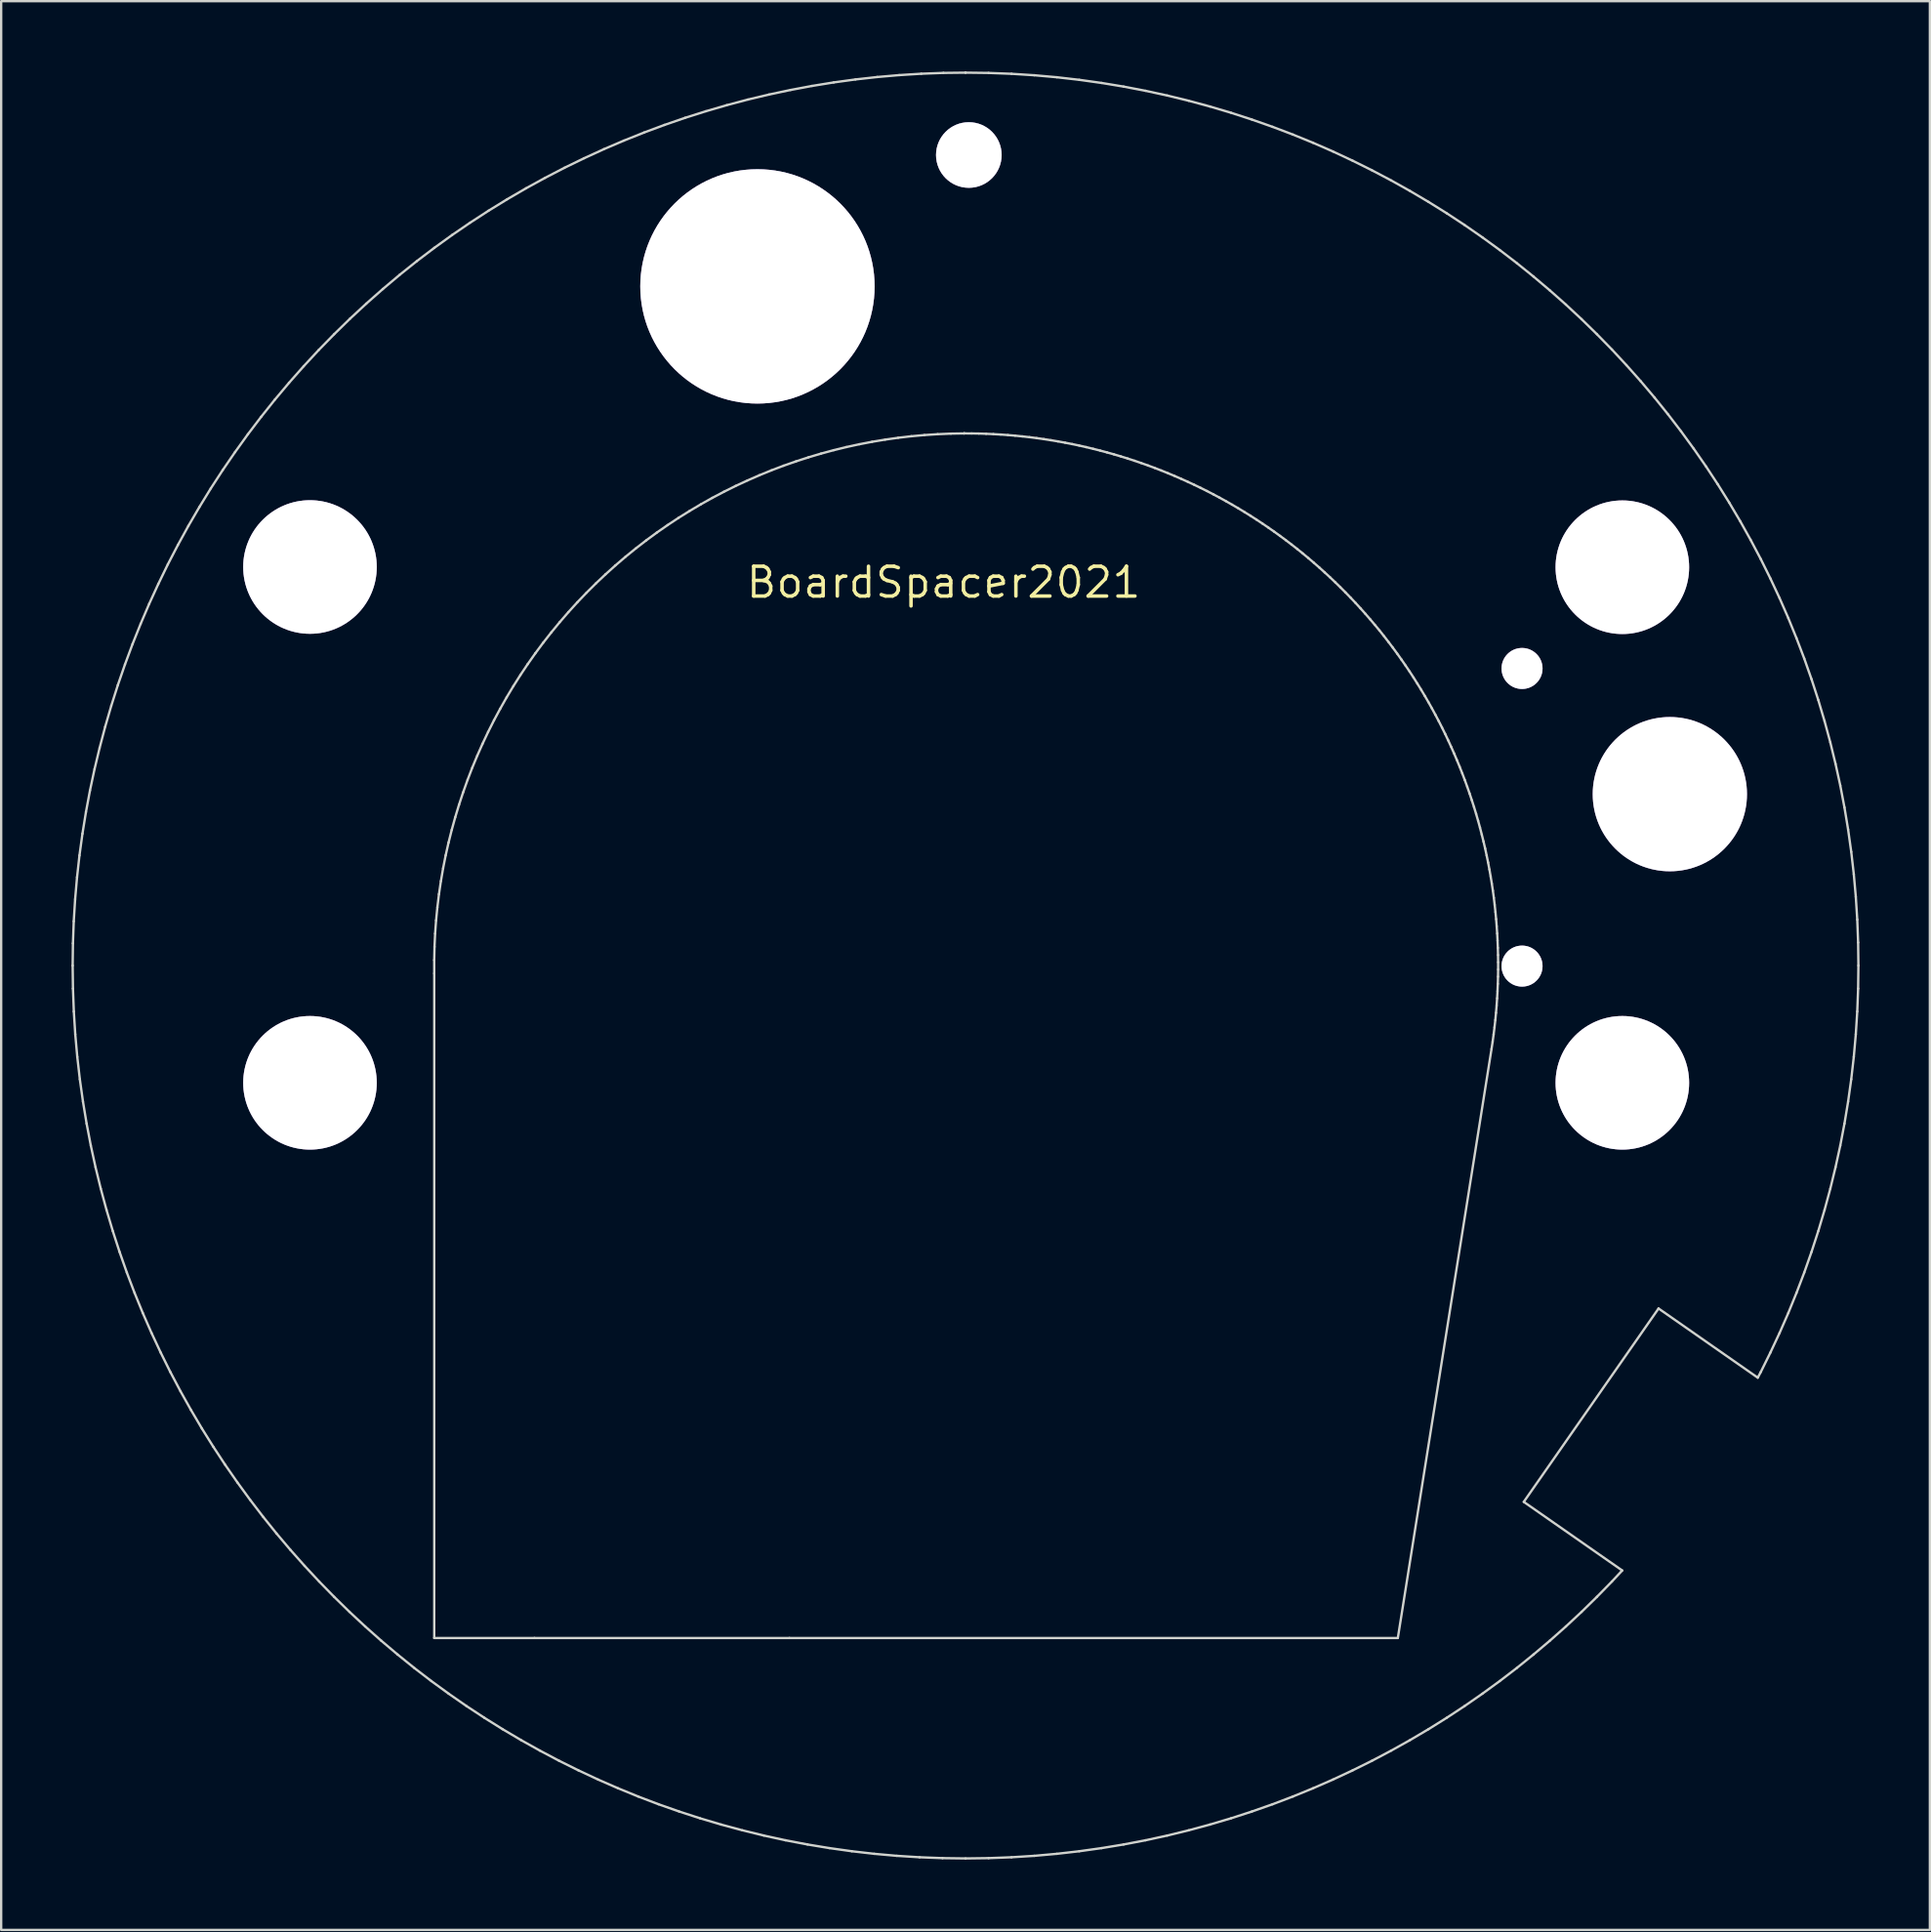
<source format=kicad_pcb>
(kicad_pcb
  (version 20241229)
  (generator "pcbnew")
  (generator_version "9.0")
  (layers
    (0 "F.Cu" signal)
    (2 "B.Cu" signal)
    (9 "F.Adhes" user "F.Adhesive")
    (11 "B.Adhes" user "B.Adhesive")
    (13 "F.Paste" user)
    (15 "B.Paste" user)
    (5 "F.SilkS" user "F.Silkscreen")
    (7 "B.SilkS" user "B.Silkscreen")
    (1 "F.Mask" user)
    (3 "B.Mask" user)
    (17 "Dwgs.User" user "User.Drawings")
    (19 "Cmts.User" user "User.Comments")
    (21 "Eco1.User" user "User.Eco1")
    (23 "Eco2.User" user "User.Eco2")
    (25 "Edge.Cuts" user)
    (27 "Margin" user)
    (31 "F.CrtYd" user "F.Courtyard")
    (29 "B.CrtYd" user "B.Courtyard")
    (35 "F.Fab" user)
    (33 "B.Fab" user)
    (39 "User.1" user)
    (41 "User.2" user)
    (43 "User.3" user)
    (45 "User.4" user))
  (footprint "BoardSpacer2021"
    (layer "F.Cu")
    (at 37.215 21.802)
    (property "Reference" "BoardSpacer2021" (at 0 0 0) (layer "F.SilkS") (effects (font (size 1.27 1.27) (thickness 0.15))))
    (attr through_hole)
    (fp_poly (pts (xy 12.525 -9.88) (xy 13.473 -9.874) (xy 13.473 -9.557) (xy 13.086 -9.551) (xy 12.7 -9.545) (xy 12.7 -8.403) (xy 12.34 -8.403) (xy 12.34 -9.546) (xy 11.578 -9.546) (xy 11.578 -9.885) (xy 12.525 -9.88)) (stroke (width 0.01) (type solid)) (fill yes) (layer "F.Mask"))
    (fp_poly (pts (xy 6.964 -9.546) (xy 6.328 -9.546) (xy 6.125 -9.546) (xy 5.961 -9.545) (xy 5.832 -9.541) (xy 5.732 -9.534) (xy 5.659 -9.521) (xy 5.608 -9.502) (xy 5.575 -9.475) (xy 5.556 -9.438) (xy 5.548 -9.391) (xy 5.546 -9.332) (xy 5.546 -9.28) (xy 5.546 -9.144) (xy 6.964 -9.144) (xy 6.964 -8.826) (xy 5.547 -8.826) (xy 5.535 -8.414) (xy 5.371 -8.408) (xy 5.207 -8.401) (xy 5.207 -8.938) (xy 5.207 -9.102) (xy 5.208 -9.23) (xy 5.209 -9.328) (xy 5.212 -9.4) (xy 5.218 -9.454) (xy 5.225 -9.494) (xy 5.236 -9.528) (xy 5.25 -9.56) (xy 5.262 -9.584) (xy 5.308 -9.66) (xy 5.364 -9.73) (xy 5.394 -9.758) (xy 5.437 -9.792) (xy 5.481 -9.819) (xy 5.531 -9.84) (xy 5.591 -9.856) (xy 5.667 -9.868) (xy 5.764 -9.876) (xy 5.885 -9.881) (xy 6.038 -9.884) (xy 6.225 -9.885) (xy 6.322 -9.885) (xy 6.964 -9.885) (xy 6.964 -9.546)) (stroke (width 0.01) (type solid)) (fill yes) (layer "F.Mask"))
    (fp_poly (pts (xy 11.472 -9.546) (xy 9.755 -9.546) (xy 9.631 -9.422) (xy 9.631 -8.866) (xy 9.755 -8.742) (xy 11.472 -8.742) (xy 11.472 -8.403) (xy 10.62 -8.405) (xy 10.432 -8.406) (xy 10.255 -8.408) (xy 10.094 -8.41) (xy 9.955 -8.412) (xy 9.841 -8.415) (xy 9.758 -8.418) (xy 9.711 -8.422) (xy 9.705 -8.423) (xy 9.576 -8.475) (xy 9.461 -8.563) (xy 9.366 -8.679) (xy 9.342 -8.721) (xy 9.327 -8.754) (xy 9.316 -8.795) (xy 9.309 -8.849) (xy 9.305 -8.925) (xy 9.303 -9.029) (xy 9.303 -9.144) (xy 9.304 -9.294) (xy 9.31 -9.409) (xy 9.321 -9.498) (xy 9.341 -9.567) (xy 9.37 -9.625) (xy 9.412 -9.679) (xy 9.454 -9.723) (xy 9.513 -9.773) (xy 9.583 -9.82) (xy 9.599 -9.829) (xy 9.621 -9.84) (xy 9.644 -9.849) (xy 9.673 -9.856) (xy 9.712 -9.862) (xy 9.764 -9.867) (xy 9.834 -9.871) (xy 9.927 -9.874) (xy 10.045 -9.876) (xy 10.194 -9.877) (xy 10.377 -9.879) (xy 10.578 -9.88) (xy 11.472 -9.887) (xy 11.472 -9.546)) (stroke (width 0.01) (type solid)) (fill yes) (layer "F.Mask"))
    (fp_poly (pts (xy 8.104 -9.884) (xy 8.285 -9.884) (xy 8.429 -9.883) (xy 8.541 -9.882) (xy 8.626 -9.879) (xy 8.69 -9.875) (xy 8.738 -9.869) (xy 8.774 -9.861) (xy 8.805 -9.85) (xy 8.826 -9.841) (xy 8.949 -9.768) (xy 9.04 -9.671) (xy 9.094 -9.578) (xy 9.109 -9.544) (xy 9.121 -9.511) (xy 9.13 -9.473) (xy 9.136 -9.425) (xy 9.14 -9.36) (xy 9.142 -9.273) (xy 9.143 -9.157) (xy 9.144 -9.008) (xy 9.144 -8.938) (xy 9.144 -8.403) (xy 8.826 -8.403) (xy 8.826 -8.763) (xy 7.41 -8.763) (xy 7.404 -8.588) (xy 7.398 -8.414) (xy 7.234 -8.408) (xy 7.07 -8.401) (xy 7.07 -8.916) (xy 7.071 -9.068) (xy 7.073 -9.209) (xy 7.075 -9.272) (xy 7.408 -9.272) (xy 7.408 -9.102) (xy 8.826 -9.102) (xy 8.826 -9.229) (xy 8.817 -9.347) (xy 8.79 -9.441) (xy 8.748 -9.506) (xy 8.724 -9.523) (xy 8.687 -9.531) (xy 8.61 -9.537) (xy 8.493 -9.542) (xy 8.338 -9.545) (xy 8.148 -9.546) (xy 8.097 -9.546) (xy 7.512 -9.546) (xy 7.46 -9.494) (xy 7.434 -9.464) (xy 7.418 -9.429) (xy 7.411 -9.378) (xy 7.408 -9.301) (xy 7.408 -9.272) (xy 7.075 -9.272) (xy 7.077 -9.33) (xy 7.082 -9.426) (xy 7.088 -9.49) (xy 7.092 -9.509) (xy 7.141 -9.618) (xy 7.222 -9.72) (xy 7.325 -9.803) (xy 7.364 -9.826) (xy 7.477 -9.885) (xy 8.104 -9.884)) (stroke (width 0.01) (type solid)) (fill yes) (layer "F.Mask"))
    (fp_poly (pts (xy 17.503 -9.88) (xy 17.677 -9.879) (xy 17.816 -9.876) (xy 17.917 -9.871) (xy 17.979 -9.866) (xy 17.993 -9.863) (xy 18.119 -9.809) (xy 18.221 -9.726) (xy 18.299 -9.62) (xy 18.349 -9.499) (xy 18.371 -9.369) (xy 18.361 -9.239) (xy 18.32 -9.113) (xy 18.244 -9) (xy 18.222 -8.978) (xy 18.144 -8.911) (xy 18.065 -8.867) (xy 17.972 -8.841) (xy 17.855 -8.828) (xy 17.687 -8.816) (xy 18.025 -8.615) (xy 18.362 -8.414) (xy 18.054 -8.408) (xy 17.745 -8.402) (xy 17.281 -8.676) (xy 17.153 -8.753) (xy 17.037 -8.824) (xy 16.937 -8.887) (xy 16.86 -8.938) (xy 16.809 -8.974) (xy 16.791 -8.989) (xy 16.776 -9.03) (xy 16.79 -9.077) (xy 16.792 -9.081) (xy 16.818 -9.133) (xy 17.371 -9.144) (xy 17.539 -9.147) (xy 17.669 -9.15) (xy 17.767 -9.154) (xy 17.839 -9.158) (xy 17.89 -9.163) (xy 17.924 -9.171) (xy 17.948 -9.181) (xy 17.966 -9.193) (xy 17.978 -9.205) (xy 18.02 -9.258) (xy 18.045 -9.314) (xy 18.045 -9.314) (xy 18.042 -9.385) (xy 18.013 -9.458) (xy 17.967 -9.514) (xy 17.951 -9.524) (xy 17.917 -9.531) (xy 17.843 -9.536) (xy 17.732 -9.541) (xy 17.587 -9.544) (xy 17.409 -9.546) (xy 17.22 -9.546) (xy 16.531 -9.546) (xy 16.531 -8.403) (xy 16.372 -8.403) (xy 16.276 -8.406) (xy 16.22 -8.417) (xy 16.202 -8.43) (xy 16.2 -8.457) (xy 16.198 -8.521) (xy 16.197 -8.617) (xy 16.196 -8.74) (xy 16.196 -8.885) (xy 16.197 -9.046) (xy 16.198 -9.165) (xy 16.203 -9.874) (xy 17.057 -9.88) (xy 17.296 -9.881) (xy 17.503 -9.88)) (stroke (width 0.01) (type solid)) (fill yes) (layer "F.Mask"))
    (fp_poly (pts (xy -14.847 -4.471) (xy -14.86 -4.435) (xy -14.889 -4.368) (xy -14.931 -4.276) (xy -14.984 -4.166) (xy -15.042 -4.045) (xy -15.059 -4.011) (xy -15.313 -3.544) (xy -15.6 -3.103) (xy -15.92 -2.689) (xy -16.272 -2.302) (xy -16.655 -1.943) (xy -17.068 -1.613) (xy -17.511 -1.313) (xy -17.726 -1.185) (xy -17.82 -1.132) (xy -17.926 -1.076) (xy -18.039 -1.017) (xy -18.152 -0.961) (xy -18.256 -0.911) (xy -18.346 -0.869) (xy -18.414 -0.84) (xy -18.453 -0.826) (xy -18.458 -0.826) (xy -18.465 -0.846) (xy -18.471 -0.906) (xy -18.476 -1.002) (xy -18.478 -1.13) (xy -18.479 -1.233) (xy -18.479 -1.64) (xy -18.078 -1.64) (xy -18.072 -1.538) (xy -18.066 -1.436) (xy -17.788 -1.604) (xy -17.353 -1.891) (xy -16.947 -2.21) (xy -16.57 -2.558) (xy -16.224 -2.934) (xy -15.91 -3.338) (xy -15.628 -3.768) (xy -15.454 -4.08) (xy -15.429 -4.128) (xy -16.061 -4.128) (xy -16.183 -3.932) (xy -16.444 -3.55) (xy -16.741 -3.187) (xy -17.07 -2.847) (xy -17.428 -2.534) (xy -17.81 -2.251) (xy -17.815 -2.248) (xy -17.899 -2.184) (xy -17.947 -2.13) (xy -17.959 -2.102) (xy -18 -2.002) (xy -18.064 -1.92) (xy -18.127 -1.876) (xy -18.235 -1.844) (xy -18.339 -1.849) (xy -18.433 -1.885) (xy -18.511 -1.947) (xy -18.565 -2.03) (xy -18.591 -2.129) (xy -18.581 -2.238) (xy -18.58 -2.239) (xy -18.532 -2.343) (xy -18.454 -2.42) (xy -18.351 -2.466) (xy -18.261 -2.477) (xy -18.215 -2.48) (xy -18.171 -2.492) (xy -18.119 -2.517) (xy -18.051 -2.56) (xy -17.969 -2.618) (xy -17.608 -2.896) (xy -17.273 -3.2) (xy -16.967 -3.525) (xy -16.694 -3.869) (xy -16.457 -4.226) (xy -16.367 -4.384) (xy -16.288 -4.529) (xy -15.56 -4.53) (xy -14.833 -4.53) (xy -14.847 -4.471)) (stroke (width 0.01) (type solid)) (fill yes) (layer "F.Mask"))
    (fp_poly (pts (xy -20.939 -4.422) (xy -20.877 -4.313) (xy -20.795 -4.182) (xy -20.699 -4.038) (xy -20.598 -3.891) (xy -20.498 -3.751) (xy -20.405 -3.628) (xy -20.346 -3.555) (xy -20.106 -3.292) (xy -19.835 -3.033) (xy -19.543 -2.788) (xy -19.241 -2.566) (xy -19.023 -2.426) (xy -18.817 -2.301) (xy -18.817 -1.563) (xy -18.818 -1.391) (xy -18.819 -1.234) (xy -18.821 -1.095) (xy -18.824 -0.98) (xy -18.827 -0.894) (xy -18.83 -0.841) (xy -18.834 -0.826) (xy -18.857 -0.834) (xy -18.912 -0.859) (xy -18.992 -0.896) (xy -19.089 -0.943) (xy -19.167 -0.981) (xy -19.639 -1.235) (xy -20.084 -1.521) (xy -20.503 -1.838) (xy -20.894 -2.184) (xy -21.254 -2.558) (xy -21.583 -2.959) (xy -21.878 -3.385) (xy -22.14 -3.835) (xy -22.183 -3.919) (xy -22.232 -4.016) (xy -22.279 -4.115) (xy -21.844 -4.115) (xy -21.833 -4.087) (xy -21.804 -4.03) (xy -21.76 -3.951) (xy -21.705 -3.856) (xy -21.643 -3.753) (xy -21.579 -3.648) (xy -21.516 -3.548) (xy -21.472 -3.482) (xy -21.346 -3.299) (xy -21.222 -3.132) (xy -21.09 -2.971) (xy -20.943 -2.805) (xy -20.772 -2.624) (xy -20.744 -2.596) (xy -20.455 -2.318) (xy -20.156 -2.061) (xy -19.856 -1.835) (xy -19.77 -1.776) (xy -19.675 -1.714) (xy -19.573 -1.649) (xy -19.472 -1.587) (xy -19.379 -1.53) (xy -19.3 -1.485) (xy -19.243 -1.453) (xy -19.214 -1.441) (xy -19.214 -1.441) (xy -19.208 -1.46) (xy -19.204 -1.515) (xy -19.2 -1.597) (xy -19.198 -1.699) (xy -19.198 -1.753) (xy -19.198 -2.066) (xy -19.468 -2.25) (xy -19.817 -2.507) (xy -20.148 -2.791) (xy -20.456 -3.096) (xy -20.736 -3.417) (xy -20.983 -3.747) (xy -21.114 -3.952) (xy -21.22 -4.126) (xy -21.532 -4.127) (xy -21.641 -4.126) (xy -21.734 -4.124) (xy -21.803 -4.121) (xy -21.84 -4.117) (xy -21.844 -4.115) (xy -22.279 -4.115) (xy -22.283 -4.121) (xy -22.333 -4.228) (xy -22.379 -4.328) (xy -22.417 -4.415) (xy -22.444 -4.48) (xy -22.457 -4.517) (xy -22.458 -4.521) (xy -22.437 -4.523) (xy -22.38 -4.525) (xy -22.289 -4.527) (xy -22.171 -4.528) (xy -22.029 -4.529) (xy -21.87 -4.53) (xy -21.728 -4.53) (xy -20.997 -4.53) (xy -20.939 -4.422)) (stroke (width 0.01) (type solid)) (fill yes) (layer "F.Mask"))
    (fp_poly (pts (xy 15.731 -9.805) (xy 15.883 -9.707) (xy 16.008 -9.578) (xy 16.09 -9.445) (xy 16.114 -9.388) (xy 16.129 -9.329) (xy 16.137 -9.256) (xy 16.139 -9.156) (xy 16.139 -9.144) (xy 16.137 -9.04) (xy 16.13 -8.965) (xy 16.116 -8.906) (xy 16.092 -8.849) (xy 16.09 -8.843) (xy 15.991 -8.689) (xy 15.862 -8.564) (xy 15.732 -8.483) (xy 15.59 -8.414) (xy 14.912 -8.41) (xy 14.743 -8.41) (xy 14.585 -8.41) (xy 14.442 -8.412) (xy 14.321 -8.415) (xy 14.229 -8.419) (xy 14.17 -8.423) (xy 14.155 -8.426) (xy 14.004 -8.483) (xy 13.865 -8.576) (xy 13.747 -8.697) (xy 13.658 -8.839) (xy 13.656 -8.844) (xy 13.626 -8.915) (xy 13.609 -8.981) (xy 13.601 -9.06) (xy 13.6 -9.124) (xy 13.928 -9.124) (xy 13.948 -9.013) (xy 13.998 -8.912) (xy 14.078 -8.828) (xy 14.142 -8.788) (xy 14.17 -8.775) (xy 14.199 -8.764) (xy 14.234 -8.756) (xy 14.281 -8.751) (xy 14.343 -8.747) (xy 14.428 -8.744) (xy 14.539 -8.743) (xy 14.682 -8.742) (xy 14.862 -8.742) (xy 14.865 -8.742) (xy 15.053 -8.742) (xy 15.203 -8.743) (xy 15.321 -8.746) (xy 15.411 -8.749) (xy 15.477 -8.754) (xy 15.525 -8.761) (xy 15.56 -8.769) (xy 15.573 -8.774) (xy 15.665 -8.824) (xy 15.731 -8.891) (xy 15.771 -8.958) (xy 15.805 -9.065) (xy 15.808 -9.183) (xy 15.784 -9.298) (xy 15.732 -9.398) (xy 15.691 -9.445) (xy 15.658 -9.472) (xy 15.623 -9.495) (xy 15.582 -9.512) (xy 15.528 -9.525) (xy 15.458 -9.534) (xy 15.367 -9.54) (xy 15.248 -9.544) (xy 15.099 -9.546) (xy 14.913 -9.546) (xy 14.866 -9.546) (xy 14.686 -9.546) (xy 14.542 -9.545) (xy 14.431 -9.544) (xy 14.346 -9.541) (xy 14.283 -9.537) (xy 14.236 -9.532) (xy 14.201 -9.524) (xy 14.171 -9.513) (xy 14.144 -9.501) (xy 14.045 -9.432) (xy 13.976 -9.341) (xy 13.937 -9.236) (xy 13.928 -9.124) (xy 13.6 -9.124) (xy 13.6 -9.144) (xy 13.601 -9.24) (xy 13.609 -9.311) (xy 13.627 -9.373) (xy 13.659 -9.445) (xy 13.669 -9.466) (xy 13.759 -9.609) (xy 13.875 -9.723) (xy 14.024 -9.814) (xy 14.034 -9.819) (xy 14.15 -9.874) (xy 15.59 -9.874) (xy 15.731 -9.805)) (stroke (width 0.01) (type solid)) (fill yes) (layer "F.Mask"))
    (fp_poly (pts (xy 12.495 -14.721) (xy 12.648 -14.678) (xy 12.788 -14.602) (xy 12.905 -14.5) (xy 12.992 -14.377) (xy 13.004 -14.353) (xy 13.017 -14.324) (xy 13.027 -14.293) (xy 13.035 -14.255) (xy 13.041 -14.206) (xy 13.045 -14.14) (xy 13.049 -14.053) (xy 13.051 -13.939) (xy 13.053 -13.793) (xy 13.055 -13.611) (xy 13.056 -13.584) (xy 13.062 -12.912) (xy 15.357 -12.912) (xy 16.203 -13.758) (xy 17.05 -14.605) (xy 17.711 -14.605) (xy 17.874 -14.605) (xy 18.022 -14.604) (xy 18.15 -14.602) (xy 18.254 -14.6) (xy 18.328 -14.598) (xy 18.368 -14.595) (xy 18.373 -14.594) (xy 18.358 -14.577) (xy 18.316 -14.533) (xy 18.249 -14.464) (xy 18.159 -14.372) (xy 18.048 -14.26) (xy 17.92 -14.129) (xy 17.776 -13.983) (xy 17.618 -13.824) (xy 17.45 -13.655) (xy 17.305 -13.509) (xy 16.237 -12.435) (xy 17.31 -11.361) (xy 18.383 -10.287) (xy 17.05 -10.287) (xy 16.214 -11.123) (xy 15.378 -11.959) (xy 13.06 -11.959) (xy 13.06 -10.287) (xy 12.108 -10.287) (xy 12.102 -11.768) (xy 12.097 -13.248) (xy 10.848 -11.807) (xy 10.662 -11.593) (xy 10.484 -11.388) (xy 10.313 -11.192) (xy 10.154 -11.01) (xy 10.007 -10.843) (xy 9.875 -10.693) (xy 9.761 -10.564) (xy 9.666 -10.457) (xy 9.592 -10.375) (xy 9.541 -10.32) (xy 9.517 -10.296) (xy 9.446 -10.245) (xy 9.365 -10.203) (xy 9.339 -10.193) (xy 9.247 -10.172) (xy 9.138 -10.163) (xy 9.031 -10.166) (xy 8.953 -10.18) (xy 8.83 -10.234) (xy 8.715 -10.322) (xy 8.689 -10.347) (xy 8.663 -10.376) (xy 8.611 -10.434) (xy 8.535 -10.52) (xy 8.439 -10.63) (xy 8.323 -10.762) (xy 8.191 -10.913) (xy 8.044 -11.082) (xy 7.884 -11.265) (xy 7.714 -11.461) (xy 7.536 -11.666) (xy 7.387 -11.838) (xy 6.17 -13.242) (xy 6.165 -11.765) (xy 6.159 -10.287) (xy 5.206 -10.287) (xy 5.212 -12.282) (xy 5.218 -14.277) (xy 5.265 -14.366) (xy 5.357 -14.503) (xy 5.469 -14.606) (xy 5.563 -14.662) (xy 5.638 -14.695) (xy 5.706 -14.713) (xy 5.787 -14.719) (xy 5.842 -14.719) (xy 5.974 -14.71) (xy 6.08 -14.681) (xy 6.173 -14.629) (xy 6.232 -14.583) (xy 6.257 -14.557) (xy 6.307 -14.502) (xy 6.381 -14.419) (xy 6.477 -14.311) (xy 6.593 -14.179) (xy 6.727 -14.028) (xy 6.876 -13.857) (xy 7.039 -13.67) (xy 7.214 -13.47) (xy 7.399 -13.257) (xy 7.592 -13.035) (xy 7.721 -12.886) (xy 7.916 -12.661) (xy 8.104 -12.446) (xy 8.282 -12.242) (xy 8.448 -12.052) (xy 8.602 -11.878) (xy 8.74 -11.722) (xy 8.861 -11.585) (xy 8.963 -11.471) (xy 9.044 -11.381) (xy 9.103 -11.318) (xy 9.137 -11.283) (xy 9.146 -11.276) (xy 9.161 -11.294) (xy 9.203 -11.342) (xy 9.268 -11.417) (xy 9.356 -11.519) (xy 9.463 -11.643) (xy 9.59 -11.789) (xy 9.732 -11.953) (xy 9.89 -12.135) (xy 10.06 -12.332) (xy 10.241 -12.541) (xy 10.431 -12.761) (xy 10.571 -12.922) (xy 10.781 -13.165) (xy 10.982 -13.396) (xy 11.172 -13.613) (xy 11.348 -13.814) (xy 11.51 -13.997) (xy 11.655 -14.161) (xy 11.782 -14.303) (xy 11.888 -14.421) (xy 11.973 -14.514) (xy 12.035 -14.579) (xy 12.071 -14.615) (xy 12.076 -14.619) (xy 12.188 -14.679) (xy 12.317 -14.716) (xy 12.446 -14.726) (xy 12.495 -14.721)) (stroke (width 0.01) (type solid)) (fill yes) (layer "F.Mask"))
    (fp_poly (pts (xy -17.961 -6.706) (xy -17.462 -6.634) (xy -16.972 -6.523) (xy -16.536 -6.387) (xy -16.437 -6.352) (xy -16.367 -6.324) (xy -16.324 -6.295) (xy -16.304 -6.257) (xy -16.303 -6.202) (xy -16.317 -6.123) (xy -16.343 -6.011) (xy -16.35 -5.983) (xy -16.472 -5.548) (xy -16.626 -5.132) (xy -16.812 -4.739) (xy -17.027 -4.371) (xy -17.27 -4.032) (xy -17.34 -3.948) (xy -17.453 -3.819) (xy -17.585 -3.68) (xy -17.726 -3.539) (xy -17.866 -3.408) (xy -17.995 -3.294) (xy -18.056 -3.244) (xy -18.148 -3.175) (xy -18.248 -3.103) (xy -18.349 -3.033) (xy -18.446 -2.969) (xy -18.531 -2.916) (xy -18.597 -2.878) (xy -18.639 -2.86) (xy -18.645 -2.858) (xy -18.677 -2.87) (xy -18.733 -2.901) (xy -18.807 -2.945) (xy -18.86 -2.98) (xy -19.223 -3.243) (xy -19.547 -3.521) (xy -19.833 -3.814) (xy -19.901 -3.893) (xy -20.129 -4.188) (xy -20.341 -4.514) (xy -20.531 -4.858) (xy -20.692 -5.209) (xy -20.754 -5.366) (xy -20.791 -5.475) (xy -20.833 -5.609) (xy -20.875 -5.756) (xy -20.894 -5.828) (xy -20.226 -5.828) (xy -20.212 -5.772) (xy -20.176 -5.69) (xy -20.141 -5.616) (xy -20.007 -5.377) (xy -19.842 -5.16) (xy -19.651 -4.971) (xy -19.48 -4.841) (xy -19.412 -4.8) (xy -19.316 -4.745) (xy -19.201 -4.683) (xy -19.078 -4.618) (xy -18.99 -4.573) (xy -18.88 -4.518) (xy -18.786 -4.469) (xy -18.712 -4.43) (xy -18.666 -4.404) (xy -18.651 -4.393) (xy -18.673 -4.395) (xy -18.73 -4.404) (xy -18.818 -4.419) (xy -18.928 -4.439) (xy -19.056 -4.464) (xy -19.124 -4.477) (xy -19.259 -4.503) (xy -19.379 -4.525) (xy -19.478 -4.543) (xy -19.551 -4.555) (xy -19.592 -4.56) (xy -19.598 -4.56) (xy -19.59 -4.54) (xy -19.559 -4.495) (xy -19.509 -4.432) (xy -19.446 -4.355) (xy -19.376 -4.273) (xy -19.302 -4.19) (xy -19.232 -4.113) (xy -19.169 -4.048) (xy -19.14 -4.02) (xy -19.065 -3.952) (xy -18.981 -3.879) (xy -18.893 -3.806) (xy -18.809 -3.738) (xy -18.736 -3.681) (xy -18.679 -3.64) (xy -18.645 -3.621) (xy -18.641 -3.619) (xy -18.618 -3.632) (xy -18.569 -3.666) (xy -18.503 -3.716) (xy -18.439 -3.765) (xy -18.318 -3.869) (xy -18.184 -3.993) (xy -18.047 -4.129) (xy -17.916 -4.267) (xy -17.802 -4.397) (xy -17.722 -4.498) (xy -17.672 -4.566) (xy -17.634 -4.62) (xy -17.613 -4.653) (xy -17.611 -4.658) (xy -17.629 -4.67) (xy -17.68 -4.699) (xy -17.759 -4.742) (xy -17.861 -4.796) (xy -17.981 -4.859) (xy -18.115 -4.927) (xy -18.12 -4.93) (xy -18.254 -4.999) (xy -18.374 -5.061) (xy -18.476 -5.115) (xy -18.554 -5.157) (xy -18.605 -5.185) (xy -18.623 -5.196) (xy -18.623 -5.197) (xy -18.601 -5.194) (xy -18.543 -5.185) (xy -18.454 -5.169) (xy -18.34 -5.148) (xy -18.206 -5.122) (xy -18.057 -5.093) (xy -18.034 -5.089) (xy -17.882 -5.059) (xy -17.743 -5.032) (xy -17.623 -5.009) (xy -17.527 -4.991) (xy -17.461 -4.979) (xy -17.43 -4.974) (xy -17.429 -4.974) (xy -17.409 -4.993) (xy -17.377 -5.045) (xy -17.337 -5.123) (xy -17.29 -5.222) (xy -17.24 -5.334) (xy -17.19 -5.454) (xy -17.143 -5.575) (xy -17.121 -5.635) (xy -17.089 -5.726) (xy -17.064 -5.802) (xy -17.048 -5.854) (xy -17.044 -5.874) (xy -17.068 -5.882) (xy -17.125 -5.897) (xy -17.207 -5.917) (xy -17.305 -5.939) (xy -17.41 -5.962) (xy -17.515 -5.984) (xy -17.61 -6.004) (xy -17.687 -6.018) (xy -17.695 -6.02) (xy -18.092 -6.071) (xy -18.508 -6.093) (xy -18.934 -6.085) (xy -19.36 -6.049) (xy -19.775 -5.985) (xy -20.004 -5.936) (xy -20.108 -5.911) (xy -20.178 -5.89) (xy -20.216 -5.864) (xy -20.226 -5.828) (xy -20.894 -5.828) (xy -20.915 -5.904) (xy -20.95 -6.042) (xy -20.976 -6.159) (xy -20.986 -6.214) (xy -21 -6.301) (xy -20.708 -6.398) (xy -20.552 -6.449) (xy -20.424 -6.49) (xy -20.313 -6.522) (xy -20.207 -6.55) (xy -20.094 -6.577) (xy -19.978 -6.602) (xy -19.479 -6.688) (xy -18.974 -6.733) (xy -18.467 -6.739) (xy -17.961 -6.706)) (stroke (width 0.01) (type solid)) (fill yes) (layer "F.Mask"))
    (fp_poly (pts (xy 8.898 -15.427) (xy 9.369 -15.427) (xy 9.876 -15.427) (xy 10.422 -15.426) (xy 11.006 -15.426) (xy 11.631 -15.426) (xy 11.833 -15.425) (xy 18.553 -15.42) (xy 18.674 -15.371) (xy 18.803 -15.301) (xy 18.926 -15.2) (xy 19.033 -15.08) (xy 19.099 -14.977) (xy 19.166 -14.848) (xy 19.166 -8.392) (xy 19.097 -8.251) (xy 18.998 -8.095) (xy 18.871 -7.97) (xy 18.719 -7.878) (xy 18.543 -7.821) (xy 18.484 -7.811) (xy 18.451 -7.809) (xy 18.377 -7.807) (xy 18.265 -7.806) (xy 18.117 -7.804) (xy 17.934 -7.803) (xy 17.719 -7.802) (xy 17.474 -7.8) (xy 17.2 -7.799) (xy 16.899 -7.798) (xy 16.574 -7.797) (xy 16.227 -7.796) (xy 15.859 -7.796) (xy 15.472 -7.795) (xy 15.069 -7.794) (xy 14.651 -7.794) (xy 14.22 -7.793) (xy 13.779 -7.793) (xy 13.329 -7.793) (xy 12.873 -7.792) (xy 12.412 -7.792) (xy 11.948 -7.792) (xy 11.483 -7.792) (xy 11.02 -7.793) (xy 10.56 -7.793) (xy 10.105 -7.793) (xy 9.657 -7.793) (xy 9.218 -7.794) (xy 8.791 -7.794) (xy 8.376 -7.795) (xy 7.977 -7.796) (xy 7.595 -7.797) (xy 7.232 -7.797) (xy 6.89 -7.798) (xy 6.571 -7.799) (xy 6.277 -7.801) (xy 6.01 -7.802) (xy 5.771 -7.803) (xy 5.564 -7.804) (xy 5.39 -7.806) (xy 5.251 -7.807) (xy 5.148 -7.809) (xy 5.085 -7.811) (xy 5.064 -7.812) (xy 4.896 -7.855) (xy 4.741 -7.935) (xy 4.606 -8.05) (xy 4.494 -8.195) (xy 4.451 -8.274) (xy 4.392 -8.393) (xy 4.392 -11.617) (xy 4.763 -11.617) (xy 4.763 -8.501) (xy 4.807 -8.409) (xy 4.88 -8.305) (xy 4.982 -8.226) (xy 5.048 -8.196) (xy 5.075 -8.194) (xy 5.143 -8.192) (xy 5.249 -8.19) (xy 5.392 -8.188) (xy 5.569 -8.186) (xy 5.778 -8.184) (xy 6.018 -8.183) (xy 6.287 -8.181) (xy 6.582 -8.18) (xy 6.902 -8.178) (xy 7.245 -8.177) (xy 7.609 -8.176) (xy 7.991 -8.175) (xy 8.391 -8.174) (xy 8.805 -8.173) (xy 9.232 -8.173) (xy 9.67 -8.172) (xy 10.117 -8.172) (xy 10.572 -8.171) (xy 11.031 -8.171) (xy 11.494 -8.171) (xy 11.958 -8.171) (xy 12.421 -8.171) (xy 12.881 -8.171) (xy 13.337 -8.171) (xy 13.786 -8.171) (xy 14.226 -8.172) (xy 14.656 -8.172) (xy 15.074 -8.173) (xy 15.477 -8.174) (xy 15.863 -8.175) (xy 16.231 -8.176) (xy 16.579 -8.177) (xy 16.905 -8.178) (xy 17.206 -8.179) (xy 17.481 -8.181) (xy 17.728 -8.182) (xy 17.945 -8.184) (xy 18.129 -8.185) (xy 18.28 -8.187) (xy 18.395 -8.189) (xy 18.471 -8.191) (xy 18.508 -8.193) (xy 18.51 -8.194) (xy 18.606 -8.24) (xy 18.693 -8.317) (xy 18.76 -8.415) (xy 18.795 -8.513) (xy 18.799 -8.542) (xy 18.802 -8.596) (xy 18.805 -8.676) (xy 18.807 -8.783) (xy 18.81 -8.918) (xy 18.811 -9.083) (xy 18.813 -9.28) (xy 18.814 -9.509) (xy 18.814 -9.773) (xy 18.815 -10.072) (xy 18.815 -10.407) (xy 18.815 -10.781) (xy 18.814 -11.194) (xy 18.813 -11.648) (xy 18.813 -11.684) (xy 18.812 -12.109) (xy 18.812 -12.493) (xy 18.811 -12.84) (xy 18.81 -13.15) (xy 18.809 -13.426) (xy 18.808 -13.671) (xy 18.807 -13.885) (xy 18.805 -14.071) (xy 18.803 -14.232) (xy 18.8 -14.369) (xy 18.796 -14.484) (xy 18.792 -14.58) (xy 18.787 -14.658) (xy 18.781 -14.721) (xy 18.774 -14.77) (xy 18.766 -14.808) (xy 18.756 -14.837) (xy 18.746 -14.859) (xy 18.734 -14.875) (xy 18.721 -14.889) (xy 18.706 -14.901) (xy 18.689 -14.915) (xy 18.676 -14.927) (xy 18.665 -14.938) (xy 18.657 -14.949) (xy 18.65 -14.959) (xy 18.642 -14.968) (xy 18.633 -14.977) (xy 18.62 -14.985) (xy 18.604 -14.993) (xy 18.581 -15) (xy 18.551 -15.006) (xy 18.513 -15.012) (xy 18.464 -15.017) (xy 18.405 -15.022) (xy 18.332 -15.026) (xy 18.246 -15.03) (xy 18.144 -15.033) (xy 18.025 -15.036) (xy 17.888 -15.039) (xy 17.732 -15.041) (xy 17.554 -15.043) (xy 17.354 -15.044) (xy 17.131 -15.046) (xy 16.882 -15.047) (xy 16.607 -15.048) (xy 16.304 -15.048) (xy 15.971 -15.049) (xy 15.608 -15.049) (xy 15.213 -15.05) (xy 14.785 -15.05) (xy 14.322 -15.05) (xy 13.822 -15.05) (xy 13.285 -15.05) (xy 12.71 -15.05) (xy 12.094 -15.05) (xy 11.779 -15.05) (xy 11.144 -15.049) (xy 10.55 -15.049) (xy 9.995 -15.049) (xy 9.478 -15.049) (xy 8.999 -15.049) (xy 8.555 -15.049) (xy 8.145 -15.048) (xy 7.768 -15.048) (xy 7.422 -15.048) (xy 7.106 -15.047) (xy 6.82 -15.046) (xy 6.56 -15.046) (xy 6.326 -15.045) (xy 6.118 -15.044) (xy 5.932 -15.043) (xy 5.768 -15.041) (xy 5.625 -15.04) (xy 5.501 -15.039) (xy 5.395 -15.037) (xy 5.305 -15.035) (xy 5.231 -15.033) (xy 5.17 -15.031) (xy 5.122 -15.029) (xy 5.084 -15.026) (xy 5.056 -15.024) (xy 5.037 -15.021) (xy 5.024 -15.018) (xy 5.021 -15.017) (xy 4.911 -14.951) (xy 4.828 -14.856) (xy 4.803 -14.812) (xy 4.797 -14.801) (xy 4.792 -14.786) (xy 4.788 -14.768) (xy 4.784 -14.743) (xy 4.78 -14.709) (xy 4.777 -14.665) (xy 4.774 -14.608) (xy 4.772 -14.537) (xy 4.77 -14.448) (xy 4.768 -14.341) (xy 4.767 -14.212) (xy 4.766 -14.061) (xy 4.765 -13.885) (xy 4.764 -13.681) (xy 4.763 -13.448) (xy 4.763 -13.184) (xy 4.763 -12.887) (xy 4.763 -12.554) (xy 4.763 -12.184) (xy 4.763 -11.774) (xy 4.763 -11.617) (xy 4.392 -11.617) (xy 4.392 -14.827) (xy 4.448 -14.946) (xy 4.544 -15.104) (xy 4.67 -15.235) (xy 4.819 -15.334) (xy 4.987 -15.398) (xy 5.002 -15.401) (xy 5.023 -15.404) (xy 5.053 -15.407) (xy 5.091 -15.409) (xy 5.14 -15.412) (xy 5.201 -15.414) (xy 5.275 -15.416) (xy 5.363 -15.418) (xy 5.468 -15.419) (xy 5.589 -15.421) (xy 5.73 -15.422) (xy 5.89 -15.423) (xy 6.072 -15.424) (xy 6.277 -15.425) (xy 6.506 -15.426) (xy 6.76 -15.426) (xy 7.041 -15.427) (xy 7.35 -15.427) (xy 7.689 -15.427) (xy 8.059 -15.427) (xy 8.462 -15.427) (xy 8.898 -15.427)) (stroke (width 0.01) (type solid)) (fill yes) (layer "F.Mask"))
    (fp_poly (pts (xy -18.487 -11.46) (xy -18.378 -11.458) (xy -18.292 -11.453) (xy -18.216 -11.443) (xy -18.142 -11.429) (xy -18.057 -11.409) (xy -18.023 -11.401) (xy -17.692 -11.294) (xy -17.385 -11.155) (xy -17.105 -10.982) (xy -16.851 -10.778) (xy -16.627 -10.544) (xy -16.432 -10.281) (xy -16.267 -9.989) (xy -16.135 -9.67) (xy -16.053 -9.398) (xy -16.04 -9.333) (xy -16.029 -9.247) (xy -16.02 -9.136) (xy -16.013 -8.993) (xy -16.007 -8.815) (xy -16.004 -8.735) (xy -15.991 -8.21) (xy -15.664 -8.084) (xy -15.463 -8.002) (xy -15.245 -7.907) (xy -15.021 -7.804) (xy -14.805 -7.698) (xy -14.609 -7.596) (xy -14.496 -7.534) (xy -14.309 -7.426) (xy -14.309 -7.158) (xy -14.323 -6.767) (xy -14.362 -6.355) (xy -14.426 -5.934) (xy -14.512 -5.515) (xy -14.619 -5.109) (xy -14.638 -5.047) (xy -14.692 -4.868) (xy -16.128 -4.868) (xy -16.083 -4.979) (xy -15.998 -5.209) (xy -15.917 -5.465) (xy -15.842 -5.734) (xy -15.779 -5.999) (xy -15.731 -6.247) (xy -15.719 -6.325) (xy -15.707 -6.413) (xy -15.703 -6.474) (xy -15.708 -6.518) (xy -15.722 -6.56) (xy -15.742 -6.6) (xy -15.777 -6.682) (xy -15.787 -6.748) (xy -15.772 -6.817) (xy -15.75 -6.871) (xy -15.689 -6.96) (xy -15.608 -7.019) (xy -15.513 -7.048) (xy -15.415 -7.047) (xy -15.32 -7.018) (xy -15.237 -6.96) (xy -15.176 -6.873) (xy -15.165 -6.847) (xy -15.143 -6.739) (xy -15.163 -6.634) (xy -15.224 -6.531) (xy -15.24 -6.512) (xy -15.271 -6.471) (xy -15.293 -6.423) (xy -15.312 -6.357) (xy -15.33 -6.262) (xy -15.335 -6.232) (xy -15.369 -6.044) (xy -15.413 -5.836) (xy -15.461 -5.629) (xy -15.511 -5.442) (xy -15.515 -5.429) (xy -15.536 -5.355) (xy -15.551 -5.297) (xy -15.557 -5.266) (xy -15.557 -5.265) (xy -15.538 -5.259) (xy -15.483 -5.255) (xy -15.402 -5.251) (xy -15.301 -5.249) (xy -15.272 -5.249) (xy -14.987 -5.249) (xy -14.955 -5.36) (xy -14.913 -5.518) (xy -14.87 -5.704) (xy -14.829 -5.904) (xy -14.793 -6.104) (xy -14.775 -6.223) (xy -14.759 -6.338) (xy -14.745 -6.467) (xy -14.732 -6.604) (xy -14.72 -6.741) (xy -14.71 -6.871) (xy -14.704 -6.989) (xy -14.7 -7.087) (xy -14.7 -7.158) (xy -14.704 -7.196) (xy -14.706 -7.2) (xy -14.73 -7.215) (xy -14.783 -7.245) (xy -14.859 -7.286) (xy -14.95 -7.334) (xy -14.965 -7.342) (xy -15.391 -7.547) (xy -15.839 -7.73) (xy -16.3 -7.888) (xy -16.765 -8.019) (xy -17.227 -8.119) (xy -17.675 -8.187) (xy -17.706 -8.19) (xy -17.806 -8.201) (xy -17.899 -8.212) (xy -17.972 -8.22) (xy -17.997 -8.224) (xy -18.076 -8.234) (xy -18.076 -7.662) (xy -17.997 -7.662) (xy -17.9 -7.657) (xy -17.769 -7.642) (xy -17.614 -7.62) (xy -17.442 -7.591) (xy -17.26 -7.557) (xy -17.078 -7.52) (xy -16.902 -7.481) (xy -16.741 -7.441) (xy -16.664 -7.421) (xy -16.56 -7.39) (xy -16.436 -7.35) (xy -16.301 -7.306) (xy -16.169 -7.261) (xy -16.048 -7.218) (xy -15.951 -7.182) (xy -15.913 -7.166) (xy -15.834 -7.133) (xy -15.896 -7.034) (xy -15.935 -6.964) (xy -15.964 -6.895) (xy -15.972 -6.865) (xy -15.987 -6.817) (xy -16.005 -6.795) (xy -16.007 -6.795) (xy -16.034 -6.801) (xy -16.093 -6.82) (xy -16.173 -6.848) (xy -16.253 -6.877) (xy -16.669 -7.015) (xy -17.096 -7.125) (xy -17.54 -7.209) (xy -18.01 -7.269) (xy -18.293 -7.293) (xy -18.479 -7.306) (xy -18.479 -8.642) (xy -18.2 -8.628) (xy -18.065 -8.619) (xy -17.915 -8.607) (xy -17.771 -8.593) (xy -17.676 -8.582) (xy -17.579 -8.57) (xy -17.499 -8.56) (xy -17.444 -8.554) (xy -17.423 -8.552) (xy -17.42 -8.571) (xy -17.42 -8.625) (xy -17.422 -8.705) (xy -17.425 -8.803) (xy -17.425 -8.811) (xy -17.433 -8.94) (xy -17.444 -9.039) (xy -17.46 -9.122) (xy -17.484 -9.2) (xy -17.489 -9.213) (xy -17.581 -9.416) (xy -17.698 -9.589) (xy -17.812 -9.712) (xy -17.986 -9.848) (xy -18.172 -9.947) (xy -18.368 -10.01) (xy -18.568 -10.038) (xy -18.769 -10.033) (xy -18.965 -9.996) (xy -19.153 -9.928) (xy -19.327 -9.83) (xy -19.485 -9.704) (xy -19.621 -9.551) (xy -19.731 -9.372) (xy -19.81 -9.169) (xy -19.821 -9.13) (xy -19.831 -9.077) (xy -19.839 -9) (xy -19.847 -8.908) (xy -19.853 -8.811) (xy -19.857 -8.718) (xy -19.858 -8.638) (xy -19.856 -8.58) (xy -19.851 -8.552) (xy -19.849 -8.552) (xy -19.827 -8.554) (xy -19.772 -8.561) (xy -19.692 -8.571) (xy -19.6 -8.582) (xy -19.474 -8.596) (xy -19.327 -8.61) (xy -19.18 -8.621) (xy -19.087 -8.627) (xy -18.817 -8.642) (xy -18.817 -7.306) (xy -18.981 -7.293) (xy -19.442 -7.248) (xy -19.87 -7.186) (xy -20.27 -7.105) (xy -20.65 -7.005) (xy -21.016 -6.884) (xy -21.327 -6.76) (xy -21.412 -6.722) (xy -21.467 -6.691) (xy -21.502 -6.66) (xy -21.526 -6.623) (xy -21.534 -6.604) (xy -21.595 -6.515) (xy -21.681 -6.453) (xy -21.781 -6.424) (xy -21.887 -6.43) (xy -21.954 -6.454) (xy -22.048 -6.515) (xy -22.105 -6.594) (xy -22.133 -6.696) (xy -22.135 -6.719) (xy -22.125 -6.834) (xy -22.081 -6.927) (xy -22.006 -6.996) (xy -21.903 -7.036) (xy -21.791 -7.046) (xy -21.735 -7.047) (xy -21.681 -7.053) (xy -21.619 -7.069) (xy -21.541 -7.095) (xy -21.438 -7.135) (xy -21.374 -7.161) (xy -21.029 -7.29) (xy -20.667 -7.404) (xy -20.3 -7.501) (xy -19.936 -7.578) (xy -19.588 -7.632) (xy -19.383 -7.653) (xy -19.198 -7.668) (xy -19.198 -8.233) (xy -19.288 -8.223) (xy -19.467 -8.203) (xy -19.614 -8.185) (xy -19.741 -8.168) (xy -19.857 -8.15) (xy -19.973 -8.131) (xy -20.066 -8.114) (xy -20.618 -7.994) (xy -21.154 -7.835) (xy -21.681 -7.638) (xy -22.201 -7.399) (xy -22.299 -7.349) (xy -22.574 -7.207) (xy -22.582 -7.123) (xy -22.584 -7.019) (xy -22.579 -6.882) (xy -22.565 -6.718) (xy -22.545 -6.535) (xy -22.52 -6.34) (xy -22.491 -6.141) (xy -22.459 -5.944) (xy -22.424 -5.757) (xy -22.389 -5.587) (xy -22.354 -5.442) (xy -22.32 -5.329) (xy -22.312 -5.308) (xy -22.29 -5.249) (xy -22.001 -5.249) (xy -21.886 -5.25) (xy -21.806 -5.251) (xy -21.757 -5.255) (xy -21.732 -5.262) (xy -21.724 -5.273) (xy -21.727 -5.286) (xy -21.741 -5.33) (xy -21.762 -5.405) (xy -21.788 -5.503) (xy -21.816 -5.614) (xy -21.844 -5.728) (xy -21.87 -5.836) (xy -21.892 -5.928) (xy -21.906 -5.996) (xy -21.907 -6.001) (xy -21.921 -6.078) (xy -21.934 -6.144) (xy -21.941 -6.176) (xy -21.944 -6.209) (xy -21.927 -6.218) (xy -21.882 -6.212) (xy -21.8 -6.21) (xy -21.691 -6.229) (xy -21.6 -6.254) (xy -21.582 -6.257) (xy -21.567 -6.247) (xy -21.553 -6.217) (xy -21.539 -6.162) (xy -21.52 -6.075) (xy -21.51 -6.025) (xy -21.461 -5.804) (xy -21.4 -5.571) (xy -21.331 -5.343) (xy -21.259 -5.136) (xy -21.242 -5.091) (xy -21.209 -5.007) (xy -21.184 -4.939) (xy -21.169 -4.895) (xy -21.167 -4.884) (xy -21.187 -4.88) (xy -21.243 -4.877) (xy -21.33 -4.874) (xy -21.442 -4.872) (xy -21.572 -4.87) (xy -21.714 -4.869) (xy -21.863 -4.869) (xy -22.013 -4.869) (xy -22.157 -4.87) (xy -22.291 -4.871) (xy -22.407 -4.874) (xy -22.499 -4.877) (xy -22.563 -4.88) (xy -22.592 -4.884) (xy -22.593 -4.885) (xy -22.605 -4.917) (xy -22.626 -4.982) (xy -22.653 -5.073) (xy -22.683 -5.181) (xy -22.715 -5.299) (xy -22.746 -5.418) (xy -22.775 -5.531) (xy -22.799 -5.63) (xy -22.804 -5.652) (xy -22.872 -6.005) (xy -22.923 -6.381) (xy -22.96 -6.788) (xy -22.969 -6.941) (xy -22.994 -7.394) (xy -22.936 -7.441) (xy -22.865 -7.49) (xy -22.761 -7.551) (xy -22.63 -7.622) (xy -22.478 -7.7) (xy -22.312 -7.781) (xy -22.137 -7.863) (xy -21.961 -7.942) (xy -21.789 -8.016) (xy -21.628 -8.082) (xy -21.483 -8.136) (xy -21.471 -8.14) (xy -21.299 -8.201) (xy -21.287 -8.699) (xy -21.287 -8.715) (xy -20.891 -8.715) (xy -20.89 -8.595) (xy -20.888 -8.49) (xy -20.885 -8.408) (xy -20.88 -8.356) (xy -20.876 -8.339) (xy -20.85 -8.344) (xy -20.792 -8.357) (xy -20.71 -8.375) (xy -20.622 -8.397) (xy -20.384 -8.454) (xy -20.383 -8.751) (xy -20.377 -8.961) (xy -20.357 -9.142) (xy -20.32 -9.307) (xy -20.263 -9.468) (xy -20.204 -9.599) (xy -20.069 -9.828) (xy -19.904 -10.031) (xy -19.711 -10.205) (xy -19.495 -10.348) (xy -19.26 -10.457) (xy -19.01 -10.53) (xy -18.749 -10.564) (xy -18.669 -10.566) (xy -18.47 -10.56) (xy -18.294 -10.537) (xy -18.126 -10.495) (xy -18.008 -10.453) (xy -17.773 -10.34) (xy -17.556 -10.191) (xy -17.364 -10.011) (xy -17.198 -9.802) (xy -17.064 -9.569) (xy -17.05 -9.538) (xy -16.997 -9.414) (xy -16.959 -9.297) (xy -16.931 -9.176) (xy -16.913 -9.039) (xy -16.901 -8.877) (xy -16.897 -8.783) (xy -16.886 -8.454) (xy -16.64 -8.391) (xy -16.534 -8.365) (xy -16.462 -8.35) (xy -16.418 -8.345) (xy -16.395 -8.348) (xy -16.386 -8.361) (xy -16.386 -8.361) (xy -16.384 -8.391) (xy -16.383 -8.457) (xy -16.384 -8.55) (xy -16.386 -8.664) (xy -16.389 -8.784) (xy -16.399 -9.001) (xy -16.417 -9.186) (xy -16.445 -9.349) (xy -16.485 -9.5) (xy -16.54 -9.65) (xy -16.592 -9.767) (xy -16.74 -10.037) (xy -16.919 -10.279) (xy -17.125 -10.493) (xy -17.354 -10.676) (xy -17.604 -10.827) (xy -17.87 -10.945) (xy -18.15 -11.027) (xy -18.441 -11.072) (xy -18.738 -11.079) (xy -19.039 -11.046) (xy -19.195 -11.013) (xy -19.477 -10.922) (xy -19.743 -10.793) (xy -19.991 -10.63) (xy -20.217 -10.437) (xy -20.416 -10.216) (xy -20.585 -9.971) (xy -20.72 -9.705) (xy -20.746 -9.641) (xy -20.8 -9.49) (xy -20.839 -9.343) (xy -20.866 -9.19) (xy -20.883 -9.02) (xy -20.89 -8.823) (xy -20.891 -8.715) (xy -21.287 -8.715) (xy -21.283 -8.877) (xy -21.277 -9.02) (xy -21.27 -9.135) (xy -21.26 -9.228) (xy -21.248 -9.308) (xy -21.234 -9.377) (xy -21.142 -9.696) (xy -21.022 -9.986) (xy -20.87 -10.253) (xy -20.685 -10.503) (xy -20.502 -10.7) (xy -20.252 -10.922) (xy -19.988 -11.105) (xy -19.706 -11.252) (xy -19.402 -11.364) (xy -19.173 -11.423) (xy -19.084 -11.439) (xy -18.986 -11.451) (xy -18.869 -11.457) (xy -18.724 -11.461) (xy -18.627 -11.461) (xy -18.487 -11.46)) (stroke (width 0.01) (type solid)) (fill yes) (layer "F.Mask"))
    (fp_poly (pts (xy 14.425 -12.584) (xy 13.838 -12.578) (xy 13.251 -12.572) (xy 13.245 -10.811) (xy 13.24 -9.049) (xy 12.959 -9.043) (xy 12.679 -9.037) (xy 12.679 -12.572) (xy 11.504 -12.584) (xy 11.492 -13.06) (xy 14.437 -13.06) (xy 14.425 -12.584)) (stroke (width 0.01) (type solid)) (fill yes) (layer "B.Mask"))
    (fp_poly (pts (xy 10.986 -12.573) (xy 9.8 -12.573) (xy 9.8 -9.038) (xy 9.529 -9.038) (xy 9.425 -9.039) (xy 9.338 -9.042) (xy 9.275 -9.046) (xy 9.244 -9.052) (xy 9.243 -9.052) (xy 9.241 -9.075) (xy 9.239 -9.137) (xy 9.237 -9.235) (xy 9.235 -9.366) (xy 9.233 -9.527) (xy 9.232 -9.714) (xy 9.231 -9.925) (xy 9.23 -10.156) (xy 9.229 -10.404) (xy 9.229 -10.666) (xy 9.229 -10.819) (xy 9.229 -12.572) (xy 8.054 -12.584) (xy 8.054 -13.049) (xy 9.52 -13.055) (xy 10.986 -13.06) (xy 10.986 -12.573)) (stroke (width 0.01) (type solid)) (fill yes) (layer "B.Mask"))
    (fp_poly (pts (xy 6.364 -13.076) (xy 6.594 -13.007) (xy 6.807 -12.902) (xy 6.999 -12.763) (xy 7.167 -12.591) (xy 7.267 -12.454) (xy 7.393 -12.228) (xy 7.49 -11.983) (xy 7.56 -11.715) (xy 7.603 -11.421) (xy 7.619 -11.097) (xy 7.62 -11.038) (xy 7.607 -10.686) (xy 7.57 -10.368) (xy 7.507 -10.084) (xy 7.419 -9.832) (xy 7.306 -9.614) (xy 7.166 -9.428) (xy 7.001 -9.274) (xy 6.809 -9.152) (xy 6.611 -9.067) (xy 6.53 -9.042) (xy 6.454 -9.025) (xy 6.371 -9.014) (xy 6.268 -9.007) (xy 6.17 -9.004) (xy 5.986 -9.003) (xy 5.842 -9.013) (xy 5.766 -9.026) (xy 5.528 -9.1) (xy 5.315 -9.209) (xy 5.125 -9.352) (xy 4.96 -9.53) (xy 4.818 -9.743) (xy 4.701 -9.99) (xy 4.64 -10.16) (xy 4.598 -10.301) (xy 4.567 -10.434) (xy 4.545 -10.568) (xy 4.531 -10.714) (xy 4.523 -10.88) (xy 4.521 -11.051) (xy 5.099 -11.051) (xy 5.111 -10.744) (xy 5.147 -10.468) (xy 5.206 -10.224) (xy 5.288 -10.013) (xy 5.392 -9.835) (xy 5.519 -9.691) (xy 5.666 -9.583) (xy 5.827 -9.513) (xy 5.942 -9.491) (xy 6.078 -9.485) (xy 6.217 -9.495) (xy 6.342 -9.521) (xy 6.347 -9.522) (xy 6.511 -9.594) (xy 6.652 -9.702) (xy 6.772 -9.844) (xy 6.87 -10.022) (xy 6.946 -10.237) (xy 7 -10.487) (xy 7.033 -10.773) (xy 7.04 -10.89) (xy 7.042 -11.191) (xy 7.02 -11.469) (xy 6.975 -11.723) (xy 6.907 -11.949) (xy 6.819 -12.147) (xy 6.71 -12.312) (xy 6.581 -12.444) (xy 6.434 -12.541) (xy 6.42 -12.547) (xy 6.362 -12.573) (xy 6.31 -12.589) (xy 6.251 -12.599) (xy 6.176 -12.603) (xy 6.072 -12.605) (xy 6.054 -12.605) (xy 5.946 -12.604) (xy 5.869 -12.6) (xy 5.811 -12.592) (xy 5.762 -12.577) (xy 5.71 -12.554) (xy 5.688 -12.543) (xy 5.535 -12.443) (xy 5.406 -12.31) (xy 5.299 -12.143) (xy 5.215 -11.942) (xy 5.154 -11.706) (xy 5.116 -11.435) (xy 5.1 -11.128) (xy 5.099 -11.051) (xy 4.521 -11.051) (xy 4.521 -11.078) (xy 4.521 -11.102) (xy 4.525 -11.323) (xy 4.536 -11.512) (xy 4.556 -11.679) (xy 4.585 -11.836) (xy 4.626 -11.992) (xy 4.659 -12.097) (xy 4.739 -12.303) (xy 4.834 -12.478) (xy 4.951 -12.636) (xy 5.006 -12.696) (xy 5.171 -12.846) (xy 5.352 -12.96) (xy 5.555 -13.041) (xy 5.783 -13.091) (xy 5.862 -13.101) (xy 6.119 -13.108) (xy 6.364 -13.076)) (stroke (width 0.01) (type solid)) (fill yes) (layer "B.Mask"))
    (fp_poly (pts (xy 21.098 -11.056) (xy 21.093 -9.049) (xy 20.532 -9.046) (xy 20.369 -9.046) (xy 20.21 -9.047) (xy 20.062 -9.05) (xy 19.933 -9.053) (xy 19.833 -9.058) (xy 19.78 -9.061) (xy 19.512 -9.101) (xy 19.27 -9.17) (xy 19.057 -9.264) (xy 18.874 -9.384) (xy 18.722 -9.528) (xy 18.604 -9.694) (xy 18.52 -9.882) (xy 18.473 -10.091) (xy 18.466 -10.145) (xy 18.466 -10.27) (xy 19.056 -10.27) (xy 19.057 -10.146) (xy 19.091 -9.977) (xy 19.157 -9.833) (xy 19.254 -9.718) (xy 19.382 -9.631) (xy 19.48 -9.591) (xy 19.542 -9.571) (xy 19.594 -9.556) (xy 19.644 -9.546) (xy 19.7 -9.538) (xy 19.769 -9.534) (xy 19.859 -9.531) (xy 19.976 -9.529) (xy 20.124 -9.528) (xy 20.532 -9.525) (xy 20.532 -10.88) (xy 20.167 -10.879) (xy 19.975 -10.877) (xy 19.818 -10.868) (xy 19.688 -10.852) (xy 19.577 -10.828) (xy 19.477 -10.795) (xy 19.4 -10.761) (xy 19.261 -10.672) (xy 19.156 -10.559) (xy 19.087 -10.424) (xy 19.056 -10.27) (xy 18.466 -10.27) (xy 18.466 -10.353) (xy 18.505 -10.543) (xy 18.58 -10.714) (xy 18.691 -10.865) (xy 18.837 -10.993) (xy 19.017 -11.098) (xy 19.187 -11.165) (xy 19.203 -11.175) (xy 19.191 -11.192) (xy 19.147 -11.217) (xy 19.093 -11.244) (xy 18.936 -11.342) (xy 18.806 -11.47) (xy 18.707 -11.624) (xy 18.64 -11.801) (xy 18.609 -11.991) (xy 19.189 -11.991) (xy 19.209 -11.825) (xy 19.265 -11.682) (xy 19.355 -11.562) (xy 19.476 -11.469) (xy 19.607 -11.411) (xy 19.672 -11.391) (xy 19.728 -11.375) (xy 19.784 -11.365) (xy 19.848 -11.358) (xy 19.929 -11.353) (xy 20.033 -11.351) (xy 20.171 -11.349) (xy 20.198 -11.349) (xy 20.532 -11.345) (xy 20.532 -12.6) (xy 20.124 -12.589) (xy 19.97 -12.584) (xy 19.85 -12.578) (xy 19.757 -12.57) (xy 19.683 -12.559) (xy 19.621 -12.546) (xy 19.578 -12.533) (xy 19.432 -12.47) (xy 19.321 -12.385) (xy 19.244 -12.275) (xy 19.201 -12.14) (xy 19.189 -11.991) (xy 18.609 -11.991) (xy 18.608 -11.996) (xy 18.605 -12.074) (xy 18.623 -12.28) (xy 18.676 -12.464) (xy 18.763 -12.624) (xy 18.884 -12.758) (xy 19.038 -12.867) (xy 19.099 -12.899) (xy 19.177 -12.935) (xy 19.25 -12.964) (xy 19.322 -12.988) (xy 19.399 -13.007) (xy 19.486 -13.022) (xy 19.588 -13.033) (xy 19.71 -13.041) (xy 19.858 -13.047) (xy 20.036 -13.051) (xy 20.249 -13.054) (xy 20.336 -13.055) (xy 21.103 -13.063) (xy 21.098 -11.056)) (stroke (width 0.01) (type solid)) (fill yes) (layer "B.Mask"))
    (fp_poly (pts (xy 16.69 -13.079) (xy 16.921 -13.012) (xy 17.134 -12.911) (xy 17.324 -12.776) (xy 17.49 -12.608) (xy 17.556 -12.523) (xy 17.686 -12.315) (xy 17.789 -12.094) (xy 17.866 -11.856) (xy 17.919 -11.594) (xy 17.948 -11.305) (xy 17.955 -11.028) (xy 17.949 -10.757) (xy 17.931 -10.518) (xy 17.898 -10.305) (xy 17.85 -10.108) (xy 17.785 -9.92) (xy 17.713 -9.758) (xy 17.657 -9.648) (xy 17.606 -9.563) (xy 17.551 -9.489) (xy 17.48 -9.412) (xy 17.444 -9.376) (xy 17.269 -9.229) (xy 17.083 -9.12) (xy 16.878 -9.047) (xy 16.802 -9.029) (xy 16.64 -9.006) (xy 16.462 -8.998) (xy 16.283 -9.005) (xy 16.121 -9.026) (xy 16.07 -9.037) (xy 15.871 -9.099) (xy 15.695 -9.186) (xy 15.531 -9.304) (xy 15.407 -9.418) (xy 15.32 -9.509) (xy 15.254 -9.586) (xy 15.201 -9.664) (xy 15.149 -9.756) (xy 15.116 -9.823) (xy 15.027 -10.022) (xy 14.958 -10.218) (xy 14.909 -10.419) (xy 14.877 -10.635) (xy 14.86 -10.875) (xy 14.857 -11.028) (xy 15.435 -11.028) (xy 15.44 -10.843) (xy 15.452 -10.668) (xy 15.469 -10.516) (xy 15.484 -10.435) (xy 15.55 -10.2) (xy 15.638 -9.994) (xy 15.745 -9.819) (xy 15.87 -9.679) (xy 16.013 -9.574) (xy 16.147 -9.514) (xy 16.257 -9.493) (xy 16.389 -9.486) (xy 16.529 -9.494) (xy 16.659 -9.516) (xy 16.765 -9.55) (xy 16.766 -9.55) (xy 16.922 -9.645) (xy 17.056 -9.775) (xy 17.166 -9.94) (xy 17.254 -10.14) (xy 17.318 -10.375) (xy 17.359 -10.645) (xy 17.377 -10.949) (xy 17.377 -11.038) (xy 17.371 -11.29) (xy 17.351 -11.509) (xy 17.316 -11.705) (xy 17.265 -11.887) (xy 17.195 -12.062) (xy 17.186 -12.081) (xy 17.097 -12.237) (xy 16.985 -12.376) (xy 16.859 -12.488) (xy 16.753 -12.553) (xy 16.702 -12.576) (xy 16.652 -12.591) (xy 16.593 -12.6) (xy 16.513 -12.604) (xy 16.404 -12.605) (xy 16.294 -12.604) (xy 16.215 -12.6) (xy 16.155 -12.591) (xy 16.103 -12.575) (xy 16.047 -12.551) (xy 16.043 -12.55) (xy 15.897 -12.463) (xy 15.773 -12.35) (xy 15.67 -12.208) (xy 15.585 -12.035) (xy 15.519 -11.827) (xy 15.468 -11.583) (xy 15.461 -11.533) (xy 15.445 -11.385) (xy 15.436 -11.213) (xy 15.435 -11.028) (xy 14.857 -11.028) (xy 14.856 -11.103) (xy 14.87 -11.446) (xy 14.911 -11.759) (xy 14.977 -12.041) (xy 15.07 -12.291) (xy 15.188 -12.509) (xy 15.331 -12.694) (xy 15.499 -12.845) (xy 15.691 -12.963) (xy 15.908 -13.047) (xy 16.148 -13.096) (xy 16.185 -13.1) (xy 16.444 -13.108) (xy 16.69 -13.079)) (stroke (width 0.01) (type solid)) (fill yes) (layer "B.Mask"))
    (fp_poly (pts (xy 3.788 -13.06) (xy 3.884 -13.059) (xy 3.956 -13.057) (xy 3.996 -13.056) (xy 4.003 -13.055) (xy 4.005 -13.032) (xy 4.009 -12.97) (xy 4.014 -12.874) (xy 4.021 -12.746) (xy 4.029 -12.589) (xy 4.039 -12.409) (xy 4.049 -12.208) (xy 4.06 -11.989) (xy 4.071 -11.757) (xy 4.083 -11.515) (xy 4.096 -11.266) (xy 4.108 -11.014) (xy 4.12 -10.763) (xy 4.132 -10.515) (xy 4.143 -10.276) (xy 4.154 -10.048) (xy 4.164 -9.834) (xy 4.173 -9.639) (xy 4.181 -9.466) (xy 4.187 -9.319) (xy 4.192 -9.2) (xy 4.196 -9.115) (xy 4.197 -9.065) (xy 4.197 -9.054) (xy 4.175 -9.049) (xy 4.121 -9.045) (xy 4.046 -9.041) (xy 3.958 -9.039) (xy 3.868 -9.037) (xy 3.787 -9.037) (xy 3.723 -9.038) (xy 3.687 -9.041) (xy 3.682 -9.043) (xy 3.681 -9.071) (xy 3.678 -9.136) (xy 3.675 -9.235) (xy 3.671 -9.365) (xy 3.666 -9.52) (xy 3.661 -9.696) (xy 3.655 -9.89) (xy 3.649 -10.097) (xy 3.643 -10.313) (xy 3.636 -10.534) (xy 3.63 -10.756) (xy 3.624 -10.974) (xy 3.619 -11.185) (xy 3.613 -11.384) (xy 3.609 -11.567) (xy 3.604 -11.73) (xy 3.601 -11.869) (xy 3.599 -11.98) (xy 3.597 -12.058) (xy 3.597 -12.086) (xy 3.594 -12.435) (xy 3.521 -12.203) (xy 3.498 -12.13) (xy 3.461 -12.024) (xy 3.415 -11.89) (xy 3.36 -11.733) (xy 3.298 -11.562) (xy 3.233 -11.38) (xy 3.165 -11.194) (xy 3.155 -11.165) (xy 2.861 -10.361) (xy 2.468 -10.361) (xy 2.208 -11.06) (xy 2.141 -11.242) (xy 2.072 -11.428) (xy 2.005 -11.611) (xy 1.942 -11.782) (xy 1.888 -11.934) (xy 1.843 -12.058) (xy 1.826 -12.107) (xy 1.779 -12.238) (xy 1.744 -12.33) (xy 1.72 -12.385) (xy 1.705 -12.405) (xy 1.699 -12.393) (xy 1.698 -12.362) (xy 1.695 -12.291) (xy 1.692 -12.186) (xy 1.688 -12.049) (xy 1.682 -11.885) (xy 1.676 -11.696) (xy 1.67 -11.487) (xy 1.663 -11.261) (xy 1.656 -11.021) (xy 1.652 -10.88) (xy 1.644 -10.63) (xy 1.637 -10.388) (xy 1.629 -10.157) (xy 1.622 -9.943) (xy 1.616 -9.749) (xy 1.61 -9.579) (xy 1.605 -9.437) (xy 1.6 -9.328) (xy 1.597 -9.255) (xy 1.596 -9.234) (xy 1.584 -9.038) (xy 1.058 -9.038) (xy 1.058 -9.139) (xy 1.059 -9.179) (xy 1.061 -9.257) (xy 1.066 -9.368) (xy 1.072 -9.51) (xy 1.079 -9.678) (xy 1.087 -9.869) (xy 1.097 -10.078) (xy 1.107 -10.303) (xy 1.118 -10.54) (xy 1.129 -10.785) (xy 1.141 -11.034) (xy 1.153 -11.283) (xy 1.164 -11.53) (xy 1.176 -11.769) (xy 1.187 -11.998) (xy 1.197 -12.213) (xy 1.207 -12.41) (xy 1.216 -12.586) (xy 1.224 -12.736) (xy 1.23 -12.858) (xy 1.235 -12.947) (xy 1.239 -12.999) (xy 1.24 -13.012) (xy 1.245 -13.03) (xy 1.256 -13.043) (xy 1.278 -13.051) (xy 1.319 -13.056) (xy 1.385 -13.059) (xy 1.482 -13.06) (xy 1.583 -13.06) (xy 1.916 -13.06) (xy 2.226 -12.229) (xy 2.295 -12.044) (xy 2.36 -11.867) (xy 2.421 -11.701) (xy 2.476 -11.552) (xy 2.521 -11.426) (xy 2.557 -11.327) (xy 2.58 -11.26) (xy 2.585 -11.245) (xy 2.614 -11.157) (xy 2.636 -11.109) (xy 2.653 -11.096) (xy 2.667 -11.116) (xy 2.674 -11.139) (xy 2.684 -11.168) (xy 2.706 -11.233) (xy 2.739 -11.329) (xy 2.783 -11.453) (xy 2.834 -11.6) (xy 2.893 -11.766) (xy 2.957 -11.947) (xy 3.02 -12.123) (xy 3.353 -13.06) (xy 3.677 -13.06) (xy 3.788 -13.06)) (stroke (width 0.01) (type solid)) (fill yes) (layer "B.Mask"))
    (fp_line (start -37.165 16.348) (end -37.152 17.331) (stroke (width 0.1) (type solid)) (layer "Edge.Cuts"))
    (fp_line (start -37.153 15.401) (end -37.165 16.348) (stroke (width 0.1) (type solid)) (layer "Edge.Cuts"))
    (fp_line (start -37.152 17.331) (end -37.115 18.308) (stroke (width 0.1) (type solid)) (layer "Edge.Cuts"))
    (fp_line (start -37.118 14.458) (end -37.153 15.401) (stroke (width 0.1) (type solid)) (layer "Edge.Cuts"))
    (fp_line (start -37.115 18.308) (end -37.054 19.279) (stroke (width 0.1) (type solid)) (layer "Edge.Cuts"))
    (fp_line (start -37.059 13.518) (end -37.118 14.458) (stroke (width 0.1) (type solid)) (layer "Edge.Cuts"))
    (fp_line (start -37.054 19.279) (end -36.968 20.243) (stroke (width 0.1) (type solid)) (layer "Edge.Cuts"))
    (fp_line (start -36.978 12.582) (end -37.059 13.518) (stroke (width 0.1) (type solid)) (layer "Edge.Cuts"))
    (fp_line (start -36.968 20.243) (end -36.858 21.2) (stroke (width 0.1) (type solid)) (layer "Edge.Cuts"))
    (fp_line (start -36.874 11.649) (end -36.978 12.582) (stroke (width 0.1) (type solid)) (layer "Edge.Cuts"))
    (fp_line (start -36.858 21.2) (end -36.725 22.15) (stroke (width 0.1) (type solid)) (layer "Edge.Cuts"))
    (fp_line (start -36.747 10.721) (end -36.874 11.649) (stroke (width 0.1) (type solid)) (layer "Edge.Cuts"))
    (fp_line (start -36.725 22.15) (end -36.569 23.092) (stroke (width 0.1) (type solid)) (layer "Edge.Cuts"))
    (fp_line (start -36.597 9.798) (end -36.747 10.721) (stroke (width 0.1) (type solid)) (layer "Edge.Cuts"))
    (fp_line (start -36.569 23.092) (end -36.391 24.026) (stroke (width 0.1) (type solid)) (layer "Edge.Cuts"))
    (fp_line (start -36.426 8.88) (end -36.597 9.798) (stroke (width 0.1) (type solid)) (layer "Edge.Cuts"))
    (fp_line (start -36.391 24.026) (end -36.189 24.952) (stroke (width 0.1) (type solid)) (layer "Edge.Cuts"))
    (fp_line (start -36.231 7.967) (end -36.426 8.88) (stroke (width 0.1) (type solid)) (layer "Edge.Cuts"))
    (fp_line (start -36.189 24.952) (end -35.965 25.87) (stroke (width 0.1) (type solid)) (layer "Edge.Cuts"))
    (fp_line (start -36.015 7.061) (end -36.231 7.967) (stroke (width 0.1) (type solid)) (layer "Edge.Cuts"))
    (fp_line (start -35.965 25.87) (end -35.719 26.778) (stroke (width 0.1) (type solid)) (layer "Edge.Cuts"))
    (fp_line (start -35.777 6.16) (end -36.015 7.061) (stroke (width 0.1) (type solid)) (layer "Edge.Cuts"))
    (fp_line (start -35.719 26.778) (end -35.452 27.677) (stroke (width 0.1) (type solid)) (layer "Edge.Cuts"))
    (fp_line (start -35.518 5.267) (end -35.777 6.16) (stroke (width 0.1) (type solid)) (layer "Edge.Cuts"))
    (fp_line (start -35.452 27.677) (end -35.163 28.568) (stroke (width 0.1) (type solid)) (layer "Edge.Cuts"))
    (fp_line (start -35.236 4.38) (end -35.518 5.267) (stroke (width 0.1) (type solid)) (layer "Edge.Cuts"))
    (fp_line (start -35.163 28.568) (end -34.853 29.448) (stroke (width 0.1) (type solid)) (layer "Edge.Cuts"))
    (fp_line (start -34.933 3.502) (end -35.236 4.38) (stroke (width 0.1) (type solid)) (layer "Edge.Cuts"))
    (fp_line (start -34.853 29.448) (end -34.522 30.318) (stroke (width 0.1) (type solid)) (layer "Edge.Cuts"))
    (fp_line (start -34.609 2.63) (end -34.933 3.502) (stroke (width 0.1) (type solid)) (layer "Edge.Cuts"))
    (fp_line (start -34.522 30.318) (end -34.171 31.178) (stroke (width 0.1) (type solid)) (layer "Edge.Cuts"))
    (fp_line (start -34.264 1.767) (end -34.609 2.63) (stroke (width 0.1) (type solid)) (layer "Edge.Cuts"))
    (fp_line (start -34.171 31.178) (end -33.799 32.027) (stroke (width 0.1) (type solid)) (layer "Edge.Cuts"))
    (fp_line (start -33.898 0.913) (end -34.264 1.767) (stroke (width 0.1) (type solid)) (layer "Edge.Cuts"))
    (fp_line (start -33.799 32.027) (end -33.407 32.865) (stroke (width 0.1) (type solid)) (layer "Edge.Cuts"))
    (fp_line (start -33.511 0.068) (end -33.898 0.913) (stroke (width 0.1) (type solid)) (layer "Edge.Cuts"))
    (fp_line (start -33.407 32.865) (end -32.996 33.693) (stroke (width 0.1) (type solid)) (layer "Edge.Cuts"))
    (fp_line (start -33.104 -0.768) (end -33.511 0.068) (stroke (width 0.1) (type solid)) (layer "Edge.Cuts"))
    (fp_line (start -32.996 33.693) (end -32.566 34.508) (stroke (width 0.1) (type solid)) (layer "Edge.Cuts"))
    (fp_line (start -32.676 -1.593) (end -33.104 -0.768) (stroke (width 0.1) (type solid)) (layer "Edge.Cuts"))
    (fp_line (start -32.566 34.508) (end -32.116 35.312) (stroke (width 0.1) (type solid)) (layer "Edge.Cuts"))
    (fp_line (start -32.228 -2.409) (end -32.676 -1.593) (stroke (width 0.1) (type solid)) (layer "Edge.Cuts"))
    (fp_line (start -32.116 35.312) (end -31.649 36.104) (stroke (width 0.1) (type solid)) (layer "Edge.Cuts"))
    (fp_line (start -31.759 -3.214) (end -32.228 -2.409) (stroke (width 0.1) (type solid)) (layer "Edge.Cuts"))
    (fp_line (start -31.649 36.104) (end -31.162 36.883) (stroke (width 0.1) (type solid)) (layer "Edge.Cuts"))
    (fp_line (start -31.272 -4.008) (end -31.759 -3.214) (stroke (width 0.1) (type solid)) (layer "Edge.Cuts"))
    (fp_line (start -31.162 36.883) (end -30.658 37.65) (stroke (width 0.1) (type solid)) (layer "Edge.Cuts"))
    (fp_line (start -30.763 -4.791) (end -31.272 -4.008) (stroke (width 0.1) (type solid)) (layer "Edge.Cuts"))
    (fp_line (start -30.658 37.65) (end -30.135 38.403) (stroke (width 0.1) (type solid)) (layer "Edge.Cuts"))
    (fp_line (start -30.235 -5.561) (end -30.763 -4.791) (stroke (width 0.1) (type solid)) (layer "Edge.Cuts"))
    (fp_line (start -30.135 38.403) (end -29.595 39.143) (stroke (width 0.1) (type solid)) (layer "Edge.Cuts"))
    (fp_line (start -29.688 -6.32) (end -30.235 -5.561) (stroke (width 0.1) (type solid)) (layer "Edge.Cuts"))
    (fp_line (start -29.595 39.143) (end -29.038 39.87) (stroke (width 0.1) (type solid)) (layer "Edge.Cuts"))
    (fp_line (start -29.122 -7.065) (end -29.688 -6.32) (stroke (width 0.1) (type solid)) (layer "Edge.Cuts"))
    (fp_line (start -29.038 39.87) (end -28.465 40.583) (stroke (width 0.1) (type solid)) (layer "Edge.Cuts"))
    (fp_line (start -28.536 -7.799) (end -29.122 -7.065) (stroke (width 0.1) (type solid)) (layer "Edge.Cuts"))
    (fp_line (start -28.465 40.583) (end -27.874 41.281) (stroke (width 0.1) (type solid)) (layer "Edge.Cuts"))
    (fp_line (start -27.932 -8.518) (end -28.536 -7.799) (stroke (width 0.1) (type solid)) (layer "Edge.Cuts"))
    (fp_line (start -27.874 41.281) (end -27.267 41.965) (stroke (width 0.1) (type solid)) (layer "Edge.Cuts"))
    (fp_line (start -27.308 -9.224) (end -27.932 -8.518) (stroke (width 0.1) (type solid)) (layer "Edge.Cuts"))
    (fp_line (start -27.267 41.965) (end -26.644 42.634) (stroke (width 0.1) (type solid)) (layer "Edge.Cuts"))
    (fp_line (start -26.666 -9.916) (end -27.308 -9.224) (stroke (width 0.1) (type solid)) (layer "Edge.Cuts"))
    (fp_line (start -26.644 42.634) (end -26.005 43.288) (stroke (width 0.1) (type solid)) (layer "Edge.Cuts"))
    (fp_line (start -26.005 -10.593) (end -26.666 -9.916) (stroke (width 0.1) (type solid)) (layer "Edge.Cuts"))
    (fp_line (start -26.005 43.288) (end -25.351 43.927) (stroke (width 0.1) (type solid)) (layer "Edge.Cuts"))
    (fp_line (start -25.351 43.927) (end -24.682 44.55) (stroke (width 0.1) (type solid)) (layer "Edge.Cuts"))
    (fp_line (start -25.328 -11.254) (end -26.005 -10.593) (stroke (width 0.1) (type solid)) (layer "Edge.Cuts"))
    (fp_line (start -24.682 44.55) (end -23.998 45.157) (stroke (width 0.1) (type solid)) (layer "Edge.Cuts"))
    (fp_line (start -24.636 -11.896) (end -25.328 -11.254) (stroke (width 0.1) (type solid)) (layer "Edge.Cuts"))
    (fp_line (start -23.998 45.157) (end -23.299 45.747) (stroke (width 0.1) (type solid)) (layer "Edge.Cuts"))
    (fp_line (start -23.93 -12.519) (end -24.636 -11.896) (stroke (width 0.1) (type solid)) (layer "Edge.Cuts"))
    (fp_line (start -23.299 45.747) (end -22.587 46.322) (stroke (width 0.1) (type solid)) (layer "Edge.Cuts"))
    (fp_line (start -23.211 -13.124) (end -23.93 -12.519) (stroke (width 0.1) (type solid)) (layer "Edge.Cuts"))
    (fp_line (start -22.587 46.322) (end -21.86 46.879) (stroke (width 0.1) (type solid)) (layer "Edge.Cuts"))
    (fp_line (start -22.478 -13.71) (end -23.211 -13.124) (stroke (width 0.1) (type solid)) (layer "Edge.Cuts"))
    (fp_line (start -21.86 46.879) (end -21.12 47.418) (stroke (width 0.1) (type solid)) (layer "Edge.Cuts"))
    (fp_line (start -21.737 16.116) (end -21.736 16.684) (stroke (width 0.1) (type solid)) (layer "Edge.Cuts"))
    (fp_line (start -21.736 16.684) (end -21.736 45.042) (stroke (width 0.1) (type solid)) (layer "Edge.Cuts"))
    (fp_line (start -21.736 45.042) (end -17.46 45.042) (stroke (width 0.1) (type solid)) (layer "Edge.Cuts"))
    (fp_line (start -21.732 -14.276) (end -22.478 -13.71) (stroke (width 0.1) (type solid)) (layer "Edge.Cuts"))
    (fp_line (start -21.724 15.549) (end -21.737 16.116) (stroke (width 0.1) (type solid)) (layer "Edge.Cuts"))
    (fp_line (start -21.698 14.985) (end -21.724 15.549) (stroke (width 0.1) (type solid)) (layer "Edge.Cuts"))
    (fp_line (start -21.657 14.422) (end -21.698 14.985) (stroke (width 0.1) (type solid)) (layer "Edge.Cuts"))
    (fp_line (start -21.602 13.862) (end -21.657 14.422) (stroke (width 0.1) (type solid)) (layer "Edge.Cuts"))
    (fp_line (start -21.534 13.304) (end -21.602 13.862) (stroke (width 0.1) (type solid)) (layer "Edge.Cuts"))
    (fp_line (start -21.452 12.748) (end -21.534 13.304) (stroke (width 0.1) (type solid)) (layer "Edge.Cuts"))
    (fp_line (start -21.357 12.196) (end -21.452 12.748) (stroke (width 0.1) (type solid)) (layer "Edge.Cuts"))
    (fp_line (start -21.248 11.647) (end -21.357 12.196) (stroke (width 0.1) (type solid)) (layer "Edge.Cuts"))
    (fp_line (start -21.125 11.101) (end -21.248 11.647) (stroke (width 0.1) (type solid)) (layer "Edge.Cuts"))
    (fp_line (start -21.12 47.418) (end -20.367 47.941) (stroke (width 0.1) (type solid)) (layer "Edge.Cuts"))
    (fp_line (start -20.989 10.559) (end -21.125 11.101) (stroke (width 0.1) (type solid)) (layer "Edge.Cuts"))
    (fp_line (start -20.973 -14.824) (end -21.732 -14.276) (stroke (width 0.1) (type solid)) (layer "Edge.Cuts"))
    (fp_line (start -20.84 10.021) (end -20.989 10.559) (stroke (width 0.1) (type solid)) (layer "Edge.Cuts"))
    (fp_line (start -20.678 9.487) (end -20.84 10.021) (stroke (width 0.1) (type solid)) (layer "Edge.Cuts"))
    (fp_line (start -20.503 8.957) (end -20.678 9.487) (stroke (width 0.1) (type solid)) (layer "Edge.Cuts"))
    (fp_line (start -20.367 47.941) (end -19.6 48.445) (stroke (width 0.1) (type solid)) (layer "Edge.Cuts"))
    (fp_line (start -20.315 8.432) (end -20.503 8.957) (stroke (width 0.1) (type solid)) (layer "Edge.Cuts"))
    (fp_line (start -20.202 -15.351) (end -20.973 -14.824) (stroke (width 0.1) (type solid)) (layer "Edge.Cuts"))
    (fp_line (start -20.115 7.911) (end -20.315 8.432) (stroke (width 0.1) (type solid)) (layer "Edge.Cuts"))
    (fp_line (start -19.901 7.396) (end -20.115 7.911) (stroke (width 0.1) (type solid)) (layer "Edge.Cuts"))
    (fp_line (start -19.675 6.886) (end -19.901 7.396) (stroke (width 0.1) (type solid)) (layer "Edge.Cuts"))
    (fp_line (start -19.6 48.445) (end -18.821 48.932) (stroke (width 0.1) (type solid)) (layer "Edge.Cuts"))
    (fp_line (start -19.437 6.382) (end -19.675 6.886) (stroke (width 0.1) (type solid)) (layer "Edge.Cuts"))
    (fp_line (start -19.42 -15.859) (end -20.202 -15.351) (stroke (width 0.1) (type solid)) (layer "Edge.Cuts"))
    (fp_line (start -19.186 5.884) (end -19.437 6.382) (stroke (width 0.1) (type solid)) (layer "Edge.Cuts"))
    (fp_line (start -18.922 5.391) (end -19.186 5.884) (stroke (width 0.1) (type solid)) (layer "Edge.Cuts"))
    (fp_line (start -18.821 48.932) (end -18.029 49.4) (stroke (width 0.1) (type solid)) (layer "Edge.Cuts"))
    (fp_line (start -18.647 4.905) (end -18.922 5.391) (stroke (width 0.1) (type solid)) (layer "Edge.Cuts"))
    (fp_line (start -18.626 -16.348) (end -19.42 -15.859) (stroke (width 0.1) (type solid)) (layer "Edge.Cuts"))
    (fp_line (start -18.359 4.425) (end -18.647 4.905) (stroke (width 0.1) (type solid)) (layer "Edge.Cuts"))
    (fp_line (start -18.059 3.952) (end -18.359 4.425) (stroke (width 0.1) (type solid)) (layer "Edge.Cuts"))
    (fp_line (start -18.029 49.4) (end -17.225 49.849) (stroke (width 0.1) (type solid)) (layer "Edge.Cuts"))
    (fp_line (start -17.821 -16.816) (end -18.626 -16.348) (stroke (width 0.1) (type solid)) (layer "Edge.Cuts"))
    (fp_line (start -17.747 3.486) (end -18.059 3.952) (stroke (width 0.1) (type solid)) (layer "Edge.Cuts"))
    (fp_line (start -17.46 45.042) (end -6.58 45.042) (stroke (width 0.1) (type solid)) (layer "Edge.Cuts"))
    (fp_line (start -17.424 3.028) (end -17.747 3.486) (stroke (width 0.1) (type solid)) (layer "Edge.Cuts"))
    (fp_line (start -17.225 49.849) (end -16.409 50.28) (stroke (width 0.1) (type solid)) (layer "Edge.Cuts"))
    (fp_line (start -17.089 2.577) (end -17.424 3.028) (stroke (width 0.1) (type solid)) (layer "Edge.Cuts"))
    (fp_line (start -17.005 -17.264) (end -17.821 -16.816) (stroke (width 0.1) (type solid)) (layer "Edge.Cuts"))
    (fp_line (start -16.741 2.133) (end -17.089 2.577) (stroke (width 0.1) (type solid)) (layer "Edge.Cuts"))
    (fp_line (start -16.409 50.28) (end -15.583 50.69) (stroke (width 0.1) (type solid)) (layer "Edge.Cuts"))
    (fp_line (start -16.383 1.698) (end -16.741 2.133) (stroke (width 0.1) (type solid)) (layer "Edge.Cuts"))
    (fp_line (start -16.179 -17.692) (end -17.005 -17.264) (stroke (width 0.1) (type solid)) (layer "Edge.Cuts"))
    (fp_line (start -16.013 1.27) (end -16.383 1.698) (stroke (width 0.1) (type solid)) (layer "Edge.Cuts"))
    (fp_line (start -15.632 0.851) (end -16.013 1.27) (stroke (width 0.1) (type solid)) (layer "Edge.Cuts"))
    (fp_line (start -15.583 50.69) (end -14.744 51.082) (stroke (width 0.1) (type solid)) (layer "Edge.Cuts"))
    (fp_line (start -15.344 -18.099) (end -16.179 -17.692) (stroke (width 0.1) (type solid)) (layer "Edge.Cuts"))
    (fp_line (start -15.239 0.441) (end -15.632 0.851) (stroke (width 0.1) (type solid)) (layer "Edge.Cuts"))
    (fp_line (start -14.836 0.041) (end -15.239 0.441) (stroke (width 0.1) (type solid)) (layer "Edge.Cuts"))
    (fp_line (start -14.744 51.082) (end -13.895 51.453) (stroke (width 0.1) (type solid)) (layer "Edge.Cuts"))
    (fp_line (start -14.499 -18.486) (end -15.344 -18.099) (stroke (width 0.1) (type solid)) (layer "Edge.Cuts"))
    (fp_line (start -14.424 -0.348) (end -14.836 0.041) (stroke (width 0.1) (type solid)) (layer "Edge.Cuts"))
    (fp_line (start -14.004 -0.726) (end -14.424 -0.348) (stroke (width 0.1) (type solid)) (layer "Edge.Cuts"))
    (fp_line (start -13.895 51.453) (end -13.035 51.805) (stroke (width 0.1) (type solid)) (layer "Edge.Cuts"))
    (fp_line (start -13.645 -18.852) (end -14.499 -18.486) (stroke (width 0.1) (type solid)) (layer "Edge.Cuts"))
    (fp_line (start -13.575 -1.093) (end -14.004 -0.726) (stroke (width 0.1) (type solid)) (layer "Edge.Cuts"))
    (fp_line (start -13.138 -1.448) (end -13.575 -1.093) (stroke (width 0.1) (type solid)) (layer "Edge.Cuts"))
    (fp_line (start -13.035 51.805) (end -12.165 52.136) (stroke (width 0.1) (type solid)) (layer "Edge.Cuts"))
    (fp_line (start -12.782 -19.197) (end -13.645 -18.852) (stroke (width 0.1) (type solid)) (layer "Edge.Cuts"))
    (fp_line (start -12.693 -1.792) (end -13.138 -1.448) (stroke (width 0.1) (type solid)) (layer "Edge.Cuts"))
    (fp_line (start -12.241 -2.124) (end -12.693 -1.792) (stroke (width 0.1) (type solid)) (layer "Edge.Cuts"))
    (fp_line (start -12.165 52.136) (end -11.284 52.446) (stroke (width 0.1) (type solid)) (layer "Edge.Cuts"))
    (fp_line (start -11.911 -19.521) (end -12.782 -19.197) (stroke (width 0.1) (type solid)) (layer "Edge.Cuts"))
    (fp_line (start -11.781 -2.444) (end -12.241 -2.124) (stroke (width 0.1) (type solid)) (layer "Edge.Cuts"))
    (fp_line (start -11.314 -2.753) (end -11.781 -2.444) (stroke (width 0.1) (type solid)) (layer "Edge.Cuts"))
    (fp_line (start -11.284 52.446) (end -10.394 52.735) (stroke (width 0.1) (type solid)) (layer "Edge.Cuts"))
    (fp_line (start -11.032 -19.824) (end -11.911 -19.521) (stroke (width 0.1) (type solid)) (layer "Edge.Cuts"))
    (fp_line (start -10.839 -3.049) (end -11.314 -2.753) (stroke (width 0.1) (type solid)) (layer "Edge.Cuts"))
    (fp_line (start -10.394 52.735) (end -9.495 53.002) (stroke (width 0.1) (type solid)) (layer "Edge.Cuts"))
    (fp_line (start -10.358 -3.334) (end -10.839 -3.049) (stroke (width 0.1) (type solid)) (layer "Edge.Cuts"))
    (fp_line (start -10.145 -20.105) (end -11.032 -19.824) (stroke (width 0.1) (type solid)) (layer "Edge.Cuts"))
    (fp_line (start -9.871 -3.607) (end -10.358 -3.334) (stroke (width 0.1) (type solid)) (layer "Edge.Cuts"))
    (fp_line (start -9.495 53.002) (end -8.586 53.248) (stroke (width 0.1) (type solid)) (layer "Edge.Cuts"))
    (fp_line (start -9.377 -3.867) (end -9.871 -3.607) (stroke (width 0.1) (type solid)) (layer "Edge.Cuts"))
    (fp_line (start -9.252 -20.365) (end -10.145 -20.105) (stroke (width 0.1) (type solid)) (layer "Edge.Cuts"))
    (fp_line (start -8.878 -4.115) (end -9.377 -3.867) (stroke (width 0.1) (type solid)) (layer "Edge.Cuts"))
    (fp_line (start -8.586 53.248) (end -7.669 53.472) (stroke (width 0.1) (type solid)) (layer "Edge.Cuts"))
    (fp_line (start -8.372 -4.35) (end -8.878 -4.115) (stroke (width 0.1) (type solid)) (layer "Edge.Cuts"))
    (fp_line (start -8.352 -20.604) (end -9.252 -20.365) (stroke (width 0.1) (type solid)) (layer "Edge.Cuts"))
    (fp_line (start -7.861 -4.573) (end -8.372 -4.35) (stroke (width 0.1) (type solid)) (layer "Edge.Cuts"))
    (fp_line (start -7.669 53.472) (end -6.743 53.674) (stroke (width 0.1) (type solid)) (layer "Edge.Cuts"))
    (fp_line (start -7.445 -20.819) (end -8.352 -20.604) (stroke (width 0.1) (type solid)) (layer "Edge.Cuts"))
    (fp_line (start -7.345 -4.784) (end -7.861 -4.573) (stroke (width 0.1) (type solid)) (layer "Edge.Cuts"))
    (fp_line (start -6.823 -4.982) (end -7.345 -4.784) (stroke (width 0.1) (type solid)) (layer "Edge.Cuts"))
    (fp_line (start -6.743 53.674) (end -5.809 53.852) (stroke (width 0.1) (type solid)) (layer "Edge.Cuts"))
    (fp_line (start -6.58 45.042) (end 19.382 45.042) (stroke (width 0.1) (type solid)) (layer "Edge.Cuts"))
    (fp_line (start -6.532 -21.013) (end -7.445 -20.819) (stroke (width 0.1) (type solid)) (layer "Edge.Cuts"))
    (fp_line (start -6.297 -5.166) (end -6.823 -4.982) (stroke (width 0.1) (type solid)) (layer "Edge.Cuts"))
    (fp_line (start -5.809 53.852) (end -4.867 54.008) (stroke (width 0.1) (type solid)) (layer "Edge.Cuts"))
    (fp_line (start -5.766 -5.338) (end -6.297 -5.166) (stroke (width 0.1) (type solid)) (layer "Edge.Cuts"))
    (fp_line (start -5.614 -21.185) (end -6.532 -21.013) (stroke (width 0.1) (type solid)) (layer "Edge.Cuts"))
    (fp_line (start -5.23 -5.497) (end -5.766 -5.338) (stroke (width 0.1) (type solid)) (layer "Edge.Cuts"))
    (fp_line (start -4.867 54.008) (end -3.917 54.141) (stroke (width 0.1) (type solid)) (layer "Edge.Cuts"))
    (fp_line (start -4.691 -21.335) (end -5.614 -21.185) (stroke (width 0.1) (type solid)) (layer "Edge.Cuts"))
    (fp_line (start -4.691 -5.643) (end -5.23 -5.497) (stroke (width 0.1) (type solid)) (layer "Edge.Cuts"))
    (fp_line (start -4.147 -5.776) (end -4.691 -5.643) (stroke (width 0.1) (type solid)) (layer "Edge.Cuts"))
    (fp_line (start -3.917 54.141) (end -2.96 54.251) (stroke (width 0.1) (type solid)) (layer "Edge.Cuts"))
    (fp_line (start -3.763 -21.462) (end -4.691 -21.335) (stroke (width 0.1) (type solid)) (layer "Edge.Cuts"))
    (fp_line (start -3.6 -5.895) (end -4.147 -5.776) (stroke (width 0.1) (type solid)) (layer "Edge.Cuts"))
    (fp_line (start -3.05 -6.001) (end -3.6 -5.895) (stroke (width 0.1) (type solid)) (layer "Edge.Cuts"))
    (fp_line (start -2.96 54.251) (end -1.996 54.337) (stroke (width 0.1) (type solid)) (layer "Edge.Cuts"))
    (fp_line (start -2.83 -21.566) (end -3.763 -21.462) (stroke (width 0.1) (type solid)) (layer "Edge.Cuts"))
    (fp_line (start -2.496 -6.093) (end -3.05 -6.001) (stroke (width 0.1) (type solid)) (layer "Edge.Cuts"))
    (fp_line (start -1.996 54.337) (end -1.026 54.398) (stroke (width 0.1) (type solid)) (layer "Edge.Cuts"))
    (fp_line (start -1.94 -6.172) (end -2.496 -6.093) (stroke (width 0.1) (type solid)) (layer "Edge.Cuts"))
    (fp_line (start -1.894 -21.647) (end -2.83 -21.566) (stroke (width 0.1) (type solid)) (layer "Edge.Cuts"))
    (fp_line (start -1.38 -6.237) (end -1.94 -6.172) (stroke (width 0.1) (type solid)) (layer "Edge.Cuts"))
    (fp_line (start -1.026 54.398) (end -0.048 54.435) (stroke (width 0.1) (type solid)) (layer "Edge.Cuts"))
    (fp_line (start -0.954 -21.706) (end -1.894 -21.647) (stroke (width 0.1) (type solid)) (layer "Edge.Cuts"))
    (fp_line (start -0.819 -6.288) (end -1.38 -6.237) (stroke (width 0.1) (type solid)) (layer "Edge.Cuts"))
    (fp_line (start -0.255 -6.325) (end -0.819 -6.288) (stroke (width 0.1) (type solid)) (layer "Edge.Cuts"))
    (fp_line (start -0.048 54.435) (end 0.935 54.448) (stroke (width 0.1) (type solid)) (layer "Edge.Cuts"))
    (fp_line (start -0.011 -21.741) (end -0.954 -21.706) (stroke (width 0.1) (type solid)) (layer "Edge.Cuts"))
    (fp_line (start 0.312 -6.349) (end -0.255 -6.325) (stroke (width 0.1) (type solid)) (layer "Edge.Cuts"))
    (fp_line (start 0.879 -6.358) (end 0.312 -6.349) (stroke (width 0.1) (type solid)) (layer "Edge.Cuts"))
    (fp_line (start 0.879 -6.358) (end 0.879 -6.358) (stroke (width 0.1) (type solid)) (layer "Edge.Cuts"))
    (fp_line (start 0.879 -6.358) (end 0.879 -6.358) (stroke (width 0.1) (type solid)) (layer "Edge.Cuts"))
    (fp_line (start 0.935 -21.752) (end -0.011 -21.741) (stroke (width 0.1) (type solid)) (layer "Edge.Cuts"))
    (fp_line (start 0.935 -21.752) (end 0.935 -21.752) (stroke (width 0.1) (type solid)) (layer "Edge.Cuts"))
    (fp_line (start 0.935 54.448) (end 1.919 54.435) (stroke (width 0.1) (type solid)) (layer "Edge.Cuts"))
    (fp_line (start 1.191 -6.357) (end 0.879 -6.358) (stroke (width 0.1) (type solid)) (layer "Edge.Cuts"))
    (fp_line (start 1.503 -6.352) (end 1.191 -6.357) (stroke (width 0.1) (type solid)) (layer "Edge.Cuts"))
    (fp_line (start 1.813 -6.342) (end 1.503 -6.352) (stroke (width 0.1) (type solid)) (layer "Edge.Cuts"))
    (fp_line (start 1.919 -21.74) (end 0.935 -21.752) (stroke (width 0.1) (type solid)) (layer "Edge.Cuts"))
    (fp_line (start 1.919 54.435) (end 2.896 54.398) (stroke (width 0.1) (type solid)) (layer "Edge.Cuts"))
    (fp_line (start 2.124 -6.328) (end 1.813 -6.342) (stroke (width 0.1) (type solid)) (layer "Edge.Cuts"))
    (fp_line (start 2.433 -6.31) (end 2.124 -6.328) (stroke (width 0.1) (type solid)) (layer "Edge.Cuts"))
    (fp_line (start 2.742 -6.288) (end 2.433 -6.31) (stroke (width 0.1) (type solid)) (layer "Edge.Cuts"))
    (fp_line (start 2.896 -21.703) (end 1.919 -21.74) (stroke (width 0.1) (type solid)) (layer "Edge.Cuts"))
    (fp_line (start 2.896 54.398) (end 3.867 54.337) (stroke (width 0.1) (type solid)) (layer "Edge.Cuts"))
    (fp_line (start 3.05 -6.262) (end 2.742 -6.288) (stroke (width 0.1) (type solid)) (layer "Edge.Cuts"))
    (fp_line (start 3.358 -6.231) (end 3.05 -6.262) (stroke (width 0.1) (type solid)) (layer "Edge.Cuts"))
    (fp_line (start 3.664 -6.197) (end 3.358 -6.231) (stroke (width 0.1) (type solid)) (layer "Edge.Cuts"))
    (fp_line (start 3.867 -21.641) (end 2.896 -21.703) (stroke (width 0.1) (type solid)) (layer "Edge.Cuts"))
    (fp_line (start 3.867 54.337) (end 4.831 54.251) (stroke (width 0.1) (type solid)) (layer "Edge.Cuts"))
    (fp_line (start 3.97 -6.158) (end 3.664 -6.197) (stroke (width 0.1) (type solid)) (layer "Edge.Cuts"))
    (fp_line (start 4.275 -6.115) (end 3.97 -6.158) (stroke (width 0.1) (type solid)) (layer "Edge.Cuts"))
    (fp_line (start 4.579 -6.068) (end 4.275 -6.115) (stroke (width 0.1) (type solid)) (layer "Edge.Cuts"))
    (fp_line (start 4.831 -21.556) (end 3.867 -21.641) (stroke (width 0.1) (type solid)) (layer "Edge.Cuts"))
    (fp_line (start 4.831 54.251) (end 5.788 54.141) (stroke (width 0.1) (type solid)) (layer "Edge.Cuts"))
    (fp_line (start 4.882 -6.017) (end 4.579 -6.068) (stroke (width 0.1) (type solid)) (layer "Edge.Cuts"))
    (fp_line (start 5.184 -5.962) (end 4.882 -6.017) (stroke (width 0.1) (type solid)) (layer "Edge.Cuts"))
    (fp_line (start 5.485 -5.903) (end 5.184 -5.962) (stroke (width 0.1) (type solid)) (layer "Edge.Cuts"))
    (fp_line (start 5.785 -5.84) (end 5.485 -5.903) (stroke (width 0.1) (type solid)) (layer "Edge.Cuts"))
    (fp_line (start 5.788 -21.446) (end 4.831 -21.556) (stroke (width 0.1) (type solid)) (layer "Edge.Cuts"))
    (fp_line (start 5.788 54.141) (end 6.737 54.008) (stroke (width 0.1) (type solid)) (layer "Edge.Cuts"))
    (fp_line (start 6.084 -5.773) (end 5.785 -5.84) (stroke (width 0.1) (type solid)) (layer "Edge.Cuts"))
    (fp_line (start 6.382 -5.701) (end 6.084 -5.773) (stroke (width 0.1) (type solid)) (layer "Edge.Cuts"))
    (fp_line (start 6.679 -5.626) (end 6.382 -5.701) (stroke (width 0.1) (type solid)) (layer "Edge.Cuts"))
    (fp_line (start 6.737 -21.313) (end 5.788 -21.446) (stroke (width 0.1) (type solid)) (layer "Edge.Cuts"))
    (fp_line (start 6.737 54.008) (end 7.68 53.852) (stroke (width 0.1) (type solid)) (layer "Edge.Cuts"))
    (fp_line (start 6.974 -5.547) (end 6.679 -5.626) (stroke (width 0.1) (type solid)) (layer "Edge.Cuts"))
    (fp_line (start 7.269 -5.464) (end 6.974 -5.547) (stroke (width 0.1) (type solid)) (layer "Edge.Cuts"))
    (fp_line (start 7.562 -5.377) (end 7.269 -5.464) (stroke (width 0.1) (type solid)) (layer "Edge.Cuts"))
    (fp_line (start 7.68 -21.157) (end 6.737 -21.313) (stroke (width 0.1) (type solid)) (layer "Edge.Cuts"))
    (fp_line (start 7.68 53.852) (end 8.614 53.674) (stroke (width 0.1) (type solid)) (layer "Edge.Cuts"))
    (fp_line (start 7.853 -5.287) (end 7.562 -5.377) (stroke (width 0.1) (type solid)) (layer "Edge.Cuts"))
    (fp_line (start 8.144 -5.192) (end 7.853 -5.287) (stroke (width 0.1) (type solid)) (layer "Edge.Cuts"))
    (fp_line (start 8.433 -5.093) (end 8.144 -5.192) (stroke (width 0.1) (type solid)) (layer "Edge.Cuts"))
    (fp_line (start 8.614 -20.978) (end 7.68 -21.157) (stroke (width 0.1) (type solid)) (layer "Edge.Cuts"))
    (fp_line (start 8.614 53.674) (end 9.54 53.472) (stroke (width 0.1) (type solid)) (layer "Edge.Cuts"))
    (fp_line (start 8.72 -4.991) (end 8.433 -5.093) (stroke (width 0.1) (type solid)) (layer "Edge.Cuts"))
    (fp_line (start 9.006 -4.885) (end 8.72 -4.991) (stroke (width 0.1) (type solid)) (layer "Edge.Cuts"))
    (fp_line (start 9.29 -4.775) (end 9.006 -4.885) (stroke (width 0.1) (type solid)) (layer "Edge.Cuts"))
    (fp_line (start 9.54 -20.777) (end 8.614 -20.978) (stroke (width 0.1) (type solid)) (layer "Edge.Cuts"))
    (fp_line (start 9.54 53.472) (end 10.457 53.248) (stroke (width 0.1) (type solid)) (layer "Edge.Cuts"))
    (fp_line (start 9.573 -4.661) (end 9.29 -4.775) (stroke (width 0.1) (type solid)) (layer "Edge.Cuts"))
    (fp_line (start 9.855 -4.543) (end 9.573 -4.661) (stroke (width 0.1) (type solid)) (layer "Edge.Cuts"))
    (fp_line (start 10.134 -4.422) (end 9.855 -4.543) (stroke (width 0.1) (type solid)) (layer "Edge.Cuts"))
    (fp_line (start 10.412 -4.297) (end 10.134 -4.422) (stroke (width 0.1) (type solid)) (layer "Edge.Cuts"))
    (fp_line (start 10.457 -20.553) (end 9.54 -20.777) (stroke (width 0.1) (type solid)) (layer "Edge.Cuts"))
    (fp_line (start 10.457 53.248) (end 11.366 53.002) (stroke (width 0.1) (type solid)) (layer "Edge.Cuts"))
    (fp_line (start 10.689 -4.168) (end 10.412 -4.297) (stroke (width 0.1) (type solid)) (layer "Edge.Cuts"))
    (fp_line (start 10.963 -4.036) (end 10.689 -4.168) (stroke (width 0.1) (type solid)) (layer "Edge.Cuts"))
    (fp_line (start 11.236 -3.9) (end 10.963 -4.036) (stroke (width 0.1) (type solid)) (layer "Edge.Cuts"))
    (fp_line (start 11.366 -20.307) (end 10.457 -20.553) (stroke (width 0.1) (type solid)) (layer "Edge.Cuts"))
    (fp_line (start 11.366 53.002) (end 12.265 52.735) (stroke (width 0.1) (type solid)) (layer "Edge.Cuts"))
    (fp_line (start 11.507 -3.76) (end 11.236 -3.9) (stroke (width 0.1) (type solid)) (layer "Edge.Cuts"))
    (fp_line (start 11.776 -3.616) (end 11.507 -3.76) (stroke (width 0.1) (type solid)) (layer "Edge.Cuts"))
    (fp_line (start 12.044 -3.469) (end 11.776 -3.616) (stroke (width 0.1) (type solid)) (layer "Edge.Cuts"))
    (fp_line (start 12.265 -20.04) (end 11.366 -20.307) (stroke (width 0.1) (type solid)) (layer "Edge.Cuts"))
    (fp_line (start 12.265 52.735) (end 13.155 52.446) (stroke (width 0.1) (type solid)) (layer "Edge.Cuts"))
    (fp_line (start 12.309 -3.318) (end 12.044 -3.469) (stroke (width 0.1) (type solid)) (layer "Edge.Cuts"))
    (fp_line (start 12.572 -3.164) (end 12.309 -3.318) (stroke (width 0.1) (type solid)) (layer "Edge.Cuts"))
    (fp_line (start 12.833 -3.006) (end 12.572 -3.164) (stroke (width 0.1) (type solid)) (layer "Edge.Cuts"))
    (fp_line (start 13.093 -2.845) (end 12.833 -3.006) (stroke (width 0.1) (type solid)) (layer "Edge.Cuts"))
    (fp_line (start 13.155 -19.75) (end 12.265 -20.04) (stroke (width 0.1) (type solid)) (layer "Edge.Cuts"))
    (fp_line (start 13.155 52.446) (end 14.036 52.136) (stroke (width 0.1) (type solid)) (layer "Edge.Cuts"))
    (fp_line (start 13.35 -2.68) (end 13.093 -2.845) (stroke (width 0.1) (type solid)) (layer "Edge.Cuts"))
    (fp_line (start 13.605 -2.511) (end 13.35 -2.68) (stroke (width 0.1) (type solid)) (layer "Edge.Cuts"))
    (fp_line (start 13.858 -2.339) (end 13.605 -2.511) (stroke (width 0.1) (type solid)) (layer "Edge.Cuts"))
    (fp_line (start 14.036 -19.44) (end 13.155 -19.75) (stroke (width 0.1) (type solid)) (layer "Edge.Cuts"))
    (fp_line (start 14.036 52.136) (end 14.906 51.805) (stroke (width 0.1) (type solid)) (layer "Edge.Cuts"))
    (fp_line (start 14.109 -2.163) (end 13.858 -2.339) (stroke (width 0.1) (type solid)) (layer "Edge.Cuts"))
    (fp_line (start 14.357 -1.984) (end 14.109 -2.163) (stroke (width 0.1) (type solid)) (layer "Edge.Cuts"))
    (fp_line (start 14.603 -1.802) (end 14.357 -1.984) (stroke (width 0.1) (type solid)) (layer "Edge.Cuts"))
    (fp_line (start 14.847 -1.616) (end 14.603 -1.802) (stroke (width 0.1) (type solid)) (layer "Edge.Cuts"))
    (fp_line (start 14.906 -19.109) (end 14.036 -19.44) (stroke (width 0.1) (type solid)) (layer "Edge.Cuts"))
    (fp_line (start 14.906 51.805) (end 15.766 51.453) (stroke (width 0.1) (type solid)) (layer "Edge.Cuts"))
    (fp_line (start 15.089 -1.427) (end 14.847 -1.616) (stroke (width 0.1) (type solid)) (layer "Edge.Cuts"))
    (fp_line (start 15.328 -1.234) (end 15.089 -1.427) (stroke (width 0.1) (type solid)) (layer "Edge.Cuts"))
    (fp_line (start 15.564 -1.038) (end 15.328 -1.234) (stroke (width 0.1) (type solid)) (layer "Edge.Cuts"))
    (fp_line (start 15.766 -18.758) (end 14.906 -19.109) (stroke (width 0.1) (type solid)) (layer "Edge.Cuts"))
    (fp_line (start 15.766 51.453) (end 16.615 51.082) (stroke (width 0.1) (type solid)) (layer "Edge.Cuts"))
    (fp_line (start 15.799 -0.838) (end 15.564 -1.038) (stroke (width 0.1) (type solid)) (layer "Edge.Cuts"))
    (fp_line (start 16.03 -0.636) (end 15.799 -0.838) (stroke (width 0.1) (type solid)) (layer "Edge.Cuts"))
    (fp_line (start 16.259 -0.429) (end 16.03 -0.636) (stroke (width 0.1) (type solid)) (layer "Edge.Cuts"))
    (fp_line (start 16.486 -0.22) (end 16.259 -0.429) (stroke (width 0.1) (type solid)) (layer "Edge.Cuts"))
    (fp_line (start 16.615 -18.387) (end 15.766 -18.758) (stroke (width 0.1) (type solid)) (layer "Edge.Cuts"))
    (fp_line (start 16.615 51.082) (end 17.453 50.69) (stroke (width 0.1) (type solid)) (layer "Edge.Cuts"))
    (fp_line (start 16.71 -0.007) (end 16.486 -0.22) (stroke (width 0.1) (type solid)) (layer "Edge.Cuts"))
    (fp_line (start 16.931 0.209) (end 16.71 -0.007) (stroke (width 0.1) (type solid)) (layer "Edge.Cuts"))
    (fp_line (start 17.15 0.429) (end 16.931 0.209) (stroke (width 0.1) (type solid)) (layer "Edge.Cuts"))
    (fp_line (start 17.366 0.651) (end 17.15 0.429) (stroke (width 0.1) (type solid)) (layer "Edge.Cuts"))
    (fp_line (start 17.453 -17.995) (end 16.615 -18.387) (stroke (width 0.1) (type solid)) (layer "Edge.Cuts"))
    (fp_line (start 17.453 50.69) (end 18.28 50.28) (stroke (width 0.1) (type solid)) (layer "Edge.Cuts"))
    (fp_line (start 17.579 0.877) (end 17.366 0.651) (stroke (width 0.1) (type solid)) (layer "Edge.Cuts"))
    (fp_line (start 17.789 1.106) (end 17.579 0.877) (stroke (width 0.1) (type solid)) (layer "Edge.Cuts"))
    (fp_line (start 17.996 1.338) (end 17.789 1.106) (stroke (width 0.1) (type solid)) (layer "Edge.Cuts"))
    (fp_line (start 18.201 1.574) (end 17.996 1.338) (stroke (width 0.1) (type solid)) (layer "Edge.Cuts"))
    (fp_line (start 18.28 -17.584) (end 17.453 -17.995) (stroke (width 0.1) (type solid)) (layer "Edge.Cuts"))
    (fp_line (start 18.28 50.28) (end 19.096 49.849) (stroke (width 0.1) (type solid)) (layer "Edge.Cuts"))
    (fp_line (start 18.402 1.812) (end 18.201 1.574) (stroke (width 0.1) (type solid)) (layer "Edge.Cuts"))
    (fp_line (start 18.6 2.052) (end 18.402 1.812) (stroke (width 0.1) (type solid)) (layer "Edge.Cuts"))
    (fp_line (start 18.794 2.295) (end 18.6 2.052) (stroke (width 0.1) (type solid)) (layer "Edge.Cuts"))
    (fp_line (start 18.984 2.541) (end 18.794 2.295) (stroke (width 0.1) (type solid)) (layer "Edge.Cuts"))
    (fp_line (start 19.096 -17.154) (end 18.28 -17.584) (stroke (width 0.1) (type solid)) (layer "Edge.Cuts"))
    (fp_line (start 19.096 49.849) (end 19.9 49.4) (stroke (width 0.1) (type solid)) (layer "Edge.Cuts"))
    (fp_line (start 19.171 2.788) (end 18.984 2.541) (stroke (width 0.1) (type solid)) (layer "Edge.Cuts"))
    (fp_line (start 19.354 3.038) (end 19.171 2.788) (stroke (width 0.1) (type solid)) (layer "Edge.Cuts"))
    (fp_line (start 19.382 45.042) (end 23.38 19.907) (stroke (width 0.1) (type solid)) (layer "Edge.Cuts"))
    (fp_line (start 19.534 3.29) (end 19.354 3.038) (stroke (width 0.1) (type solid)) (layer "Edge.Cuts"))
    (fp_line (start 19.71 3.544) (end 19.534 3.29) (stroke (width 0.1) (type solid)) (layer "Edge.Cuts"))
    (fp_line (start 19.882 3.799) (end 19.71 3.544) (stroke (width 0.1) (type solid)) (layer "Edge.Cuts"))
    (fp_line (start 19.9 -16.704) (end 19.096 -17.154) (stroke (width 0.1) (type solid)) (layer "Edge.Cuts"))
    (fp_line (start 19.9 49.4) (end 20.692 48.932) (stroke (width 0.1) (type solid)) (layer "Edge.Cuts"))
    (fp_line (start 20.051 4.058) (end 19.882 3.799) (stroke (width 0.1) (type solid)) (layer "Edge.Cuts"))
    (fp_line (start 20.215 4.318) (end 20.051 4.058) (stroke (width 0.1) (type solid)) (layer "Edge.Cuts"))
    (fp_line (start 20.377 4.58) (end 20.215 4.318) (stroke (width 0.1) (type solid)) (layer "Edge.Cuts"))
    (fp_line (start 20.534 4.844) (end 20.377 4.58) (stroke (width 0.1) (type solid)) (layer "Edge.Cuts"))
    (fp_line (start 20.688 5.11) (end 20.534 4.844) (stroke (width 0.1) (type solid)) (layer "Edge.Cuts"))
    (fp_line (start 20.692 -16.236) (end 19.9 -16.704) (stroke (width 0.1) (type solid)) (layer "Edge.Cuts"))
    (fp_line (start 20.692 48.932) (end 21.471 48.445) (stroke (width 0.1) (type solid)) (layer "Edge.Cuts"))
    (fp_line (start 20.838 5.377) (end 20.688 5.11) (stroke (width 0.1) (type solid)) (layer "Edge.Cuts"))
    (fp_line (start 20.984 5.647) (end 20.838 5.377) (stroke (width 0.1) (type solid)) (layer "Edge.Cuts"))
    (fp_line (start 21.127 5.918) (end 20.984 5.647) (stroke (width 0.1) (type solid)) (layer "Edge.Cuts"))
    (fp_line (start 21.266 6.191) (end 21.127 5.918) (stroke (width 0.1) (type solid)) (layer "Edge.Cuts"))
    (fp_line (start 21.401 6.466) (end 21.266 6.191) (stroke (width 0.1) (type solid)) (layer "Edge.Cuts"))
    (fp_line (start 21.471 -15.75) (end 20.692 -16.236) (stroke (width 0.1) (type solid)) (layer "Edge.Cuts"))
    (fp_line (start 21.471 48.445) (end 22.237 47.941) (stroke (width 0.1) (type solid)) (layer "Edge.Cuts"))
    (fp_line (start 21.532 6.742) (end 21.401 6.466) (stroke (width 0.1) (type solid)) (layer "Edge.Cuts"))
    (fp_line (start 21.659 7.02) (end 21.532 6.742) (stroke (width 0.1) (type solid)) (layer "Edge.Cuts"))
    (fp_line (start 21.783 7.299) (end 21.659 7.02) (stroke (width 0.1) (type solid)) (layer "Edge.Cuts"))
    (fp_line (start 21.902 7.58) (end 21.783 7.299) (stroke (width 0.1) (type solid)) (layer "Edge.Cuts"))
    (fp_line (start 22.019 7.863) (end 21.902 7.58) (stroke (width 0.1) (type solid)) (layer "Edge.Cuts"))
    (fp_line (start 22.131 8.147) (end 22.019 7.863) (stroke (width 0.1) (type solid)) (layer "Edge.Cuts"))
    (fp_line (start 22.237 -15.246) (end 21.471 -15.75) (stroke (width 0.1) (type solid)) (layer "Edge.Cuts"))
    (fp_line (start 22.237 47.941) (end 22.991 47.418) (stroke (width 0.1) (type solid)) (layer "Edge.Cuts"))
    (fp_line (start 22.239 8.432) (end 22.131 8.147) (stroke (width 0.1) (type solid)) (layer "Edge.Cuts"))
    (fp_line (start 22.343 8.719) (end 22.239 8.432) (stroke (width 0.1) (type solid)) (layer "Edge.Cuts"))
    (fp_line (start 22.444 9.007) (end 22.343 8.719) (stroke (width 0.1) (type solid)) (layer "Edge.Cuts"))
    (fp_line (start 22.54 9.296) (end 22.444 9.007) (stroke (width 0.1) (type solid)) (layer "Edge.Cuts"))
    (fp_line (start 22.633 9.586) (end 22.54 9.296) (stroke (width 0.1) (type solid)) (layer "Edge.Cuts"))
    (fp_line (start 22.722 9.878) (end 22.633 9.586) (stroke (width 0.1) (type solid)) (layer "Edge.Cuts"))
    (fp_line (start 22.807 10.171) (end 22.722 9.878) (stroke (width 0.1) (type solid)) (layer "Edge.Cuts"))
    (fp_line (start 22.888 10.465) (end 22.807 10.171) (stroke (width 0.1) (type solid)) (layer "Edge.Cuts"))
    (fp_line (start 22.964 10.76) (end 22.888 10.465) (stroke (width 0.1) (type solid)) (layer "Edge.Cuts"))
    (fp_line (start 22.991 -14.723) (end 22.237 -15.246) (stroke (width 0.1) (type solid)) (layer "Edge.Cuts"))
    (fp_line (start 22.991 47.418) (end 23.731 46.879) (stroke (width 0.1) (type solid)) (layer "Edge.Cuts"))
    (fp_line (start 23.038 11.056) (end 22.964 10.76) (stroke (width 0.1) (type solid)) (layer "Edge.Cuts"))
    (fp_line (start 23.107 11.353) (end 23.038 11.056) (stroke (width 0.1) (type solid)) (layer "Edge.Cuts"))
    (fp_line (start 23.172 11.651) (end 23.107 11.353) (stroke (width 0.1) (type solid)) (layer "Edge.Cuts"))
    (fp_line (start 23.233 11.95) (end 23.172 11.651) (stroke (width 0.1) (type solid)) (layer "Edge.Cuts"))
    (fp_line (start 23.29 12.249) (end 23.233 11.95) (stroke (width 0.1) (type solid)) (layer "Edge.Cuts"))
    (fp_line (start 23.343 12.55) (end 23.29 12.249) (stroke (width 0.1) (type solid)) (layer "Edge.Cuts"))
    (fp_line (start 23.38 19.907) (end 23.427 19.599) (stroke (width 0.1) (type solid)) (layer "Edge.Cuts"))
    (fp_line (start 23.392 12.852) (end 23.343 12.55) (stroke (width 0.1) (type solid)) (layer "Edge.Cuts"))
    (fp_line (start 23.427 19.599) (end 23.469 19.29) (stroke (width 0.1) (type solid)) (layer "Edge.Cuts"))
    (fp_line (start 23.437 13.153) (end 23.392 12.852) (stroke (width 0.1) (type solid)) (layer "Edge.Cuts"))
    (fp_line (start 23.469 19.29) (end 23.507 18.982) (stroke (width 0.1) (type solid)) (layer "Edge.Cuts"))
    (fp_line (start 23.478 13.456) (end 23.437 13.153) (stroke (width 0.1) (type solid)) (layer "Edge.Cuts"))
    (fp_line (start 23.507 18.982) (end 23.542 18.673) (stroke (width 0.1) (type solid)) (layer "Edge.Cuts"))
    (fp_line (start 23.514 13.76) (end 23.478 13.456) (stroke (width 0.1) (type solid)) (layer "Edge.Cuts"))
    (fp_line (start 23.542 18.673) (end 23.571 18.365) (stroke (width 0.1) (type solid)) (layer "Edge.Cuts"))
    (fp_line (start 23.547 14.064) (end 23.514 13.76) (stroke (width 0.1) (type solid)) (layer "Edge.Cuts"))
    (fp_line (start 23.571 18.365) (end 23.597 18.056) (stroke (width 0.1) (type solid)) (layer "Edge.Cuts"))
    (fp_line (start 23.576 14.369) (end 23.547 14.064) (stroke (width 0.1) (type solid)) (layer "Edge.Cuts"))
    (fp_line (start 23.597 18.056) (end 23.618 17.747) (stroke (width 0.1) (type solid)) (layer "Edge.Cuts"))
    (fp_line (start 23.6 14.674) (end 23.576 14.369) (stroke (width 0.1) (type solid)) (layer "Edge.Cuts"))
    (fp_line (start 23.618 17.747) (end 23.635 17.439) (stroke (width 0.1) (type solid)) (layer "Edge.Cuts"))
    (fp_line (start 23.621 14.98) (end 23.6 14.674) (stroke (width 0.1) (type solid)) (layer "Edge.Cuts"))
    (fp_line (start 23.635 17.439) (end 23.648 17.131) (stroke (width 0.1) (type solid)) (layer "Edge.Cuts"))
    (fp_line (start 23.637 15.286) (end 23.621 14.98) (stroke (width 0.1) (type solid)) (layer "Edge.Cuts"))
    (fp_line (start 23.648 17.131) (end 23.657 16.822) (stroke (width 0.1) (type solid)) (layer "Edge.Cuts"))
    (fp_line (start 23.649 15.593) (end 23.637 15.286) (stroke (width 0.1) (type solid)) (layer "Edge.Cuts"))
    (fp_line (start 23.657 16.822) (end 23.661 16.515) (stroke (width 0.1) (type solid)) (layer "Edge.Cuts"))
    (fp_line (start 23.657 15.9) (end 23.649 15.593) (stroke (width 0.1) (type solid)) (layer "Edge.Cuts"))
    (fp_line (start 23.661 16.515) (end 23.661 16.207) (stroke (width 0.1) (type solid)) (layer "Edge.Cuts"))
    (fp_line (start 23.661 16.207) (end 23.657 15.9) (stroke (width 0.1) (type solid)) (layer "Edge.Cuts"))
    (fp_line (start 23.731 -14.183) (end 22.991 -14.723) (stroke (width 0.1) (type solid)) (layer "Edge.Cuts"))
    (fp_line (start 23.731 46.879) (end 24.458 46.322) (stroke (width 0.1) (type solid)) (layer "Edge.Cuts"))
    (fp_line (start 24.458 -13.626) (end 23.731 -14.183) (stroke (width 0.1) (type solid)) (layer "Edge.Cuts"))
    (fp_line (start 24.458 46.322) (end 25.17 45.747) (stroke (width 0.1) (type solid)) (layer "Edge.Cuts"))
    (fp_line (start 24.756 39.233) (end 30.507 30.982) (stroke (width 0.1) (type solid)) (layer "Edge.Cuts"))
    (fp_line (start 25.17 -13.052) (end 24.458 -13.626) (stroke (width 0.1) (type solid)) (layer "Edge.Cuts"))
    (fp_line (start 25.17 45.747) (end 25.869 45.157) (stroke (width 0.1) (type solid)) (layer "Edge.Cuts"))
    (fp_line (start 25.869 -12.461) (end 25.17 -13.052) (stroke (width 0.1) (type solid)) (layer "Edge.Cuts"))
    (fp_line (start 25.869 45.157) (end 26.553 44.55) (stroke (width 0.1) (type solid)) (layer "Edge.Cuts"))
    (fp_line (start 26.553 -11.855) (end 25.869 -12.461) (stroke (width 0.1) (type solid)) (layer "Edge.Cuts"))
    (fp_line (start 26.553 44.55) (end 27.222 43.927) (stroke (width 0.1) (type solid)) (layer "Edge.Cuts"))
    (fp_line (start 27.222 -11.232) (end 26.553 -11.855) (stroke (width 0.1) (type solid)) (layer "Edge.Cuts"))
    (fp_line (start 27.222 43.927) (end 27.876 43.288) (stroke (width 0.1) (type solid)) (layer "Edge.Cuts"))
    (fp_line (start 27.876 -10.593) (end 27.222 -11.232) (stroke (width 0.1) (type solid)) (layer "Edge.Cuts"))
    (fp_line (start 27.876 43.288) (end 28.515 42.634) (stroke (width 0.1) (type solid)) (layer "Edge.Cuts"))
    (fp_line (start 28.515 -9.939) (end 27.876 -10.593) (stroke (width 0.1) (type solid)) (layer "Edge.Cuts"))
    (fp_line (start 28.515 42.634) (end 28.956 42.161) (stroke (width 0.1) (type solid)) (layer "Edge.Cuts"))
    (fp_line (start 28.956 42.161) (end 24.756 39.233) (stroke (width 0.1) (type solid)) (layer "Edge.Cuts"))
    (fp_line (start 29.137 -9.27) (end 28.515 -9.939) (stroke (width 0.1) (type solid)) (layer "Edge.Cuts"))
    (fp_line (start 29.745 -8.586) (end 29.137 -9.27) (stroke (width 0.1) (type solid)) (layer "Edge.Cuts"))
    (fp_line (start 30.336 -7.887) (end 29.745 -8.586) (stroke (width 0.1) (type solid)) (layer "Edge.Cuts"))
    (fp_line (start 30.507 30.982) (end 34.74 33.934) (stroke (width 0.1) (type solid)) (layer "Edge.Cuts"))
    (fp_line (start 30.909 -7.175) (end 30.336 -7.887) (stroke (width 0.1) (type solid)) (layer "Edge.Cuts"))
    (fp_line (start 31.466 -6.448) (end 30.909 -7.175) (stroke (width 0.1) (type solid)) (layer "Edge.Cuts"))
    (fp_line (start 32.006 -5.708) (end 31.466 -6.448) (stroke (width 0.1) (type solid)) (layer "Edge.Cuts"))
    (fp_line (start 32.529 -4.954) (end 32.006 -5.708) (stroke (width 0.1) (type solid)) (layer "Edge.Cuts"))
    (fp_line (start 33.033 -4.188) (end 32.529 -4.954) (stroke (width 0.1) (type solid)) (layer "Edge.Cuts"))
    (fp_line (start 33.52 -3.409) (end 33.033 -4.188) (stroke (width 0.1) (type solid)) (layer "Edge.Cuts"))
    (fp_line (start 33.988 -2.617) (end 33.52 -3.409) (stroke (width 0.1) (type solid)) (layer "Edge.Cuts"))
    (fp_line (start 34.437 -1.813) (end 33.988 -2.617) (stroke (width 0.1) (type solid)) (layer "Edge.Cuts"))
    (fp_line (start 34.74 33.934) (end 34.868 33.693) (stroke (width 0.1) (type solid)) (layer "Edge.Cuts"))
    (fp_line (start 34.868 -0.997) (end 34.437 -1.813) (stroke (width 0.1) (type solid)) (layer "Edge.Cuts"))
    (fp_line (start 34.868 33.693) (end 35.278 32.865) (stroke (width 0.1) (type solid)) (layer "Edge.Cuts"))
    (fp_line (start 35.278 -0.17) (end 34.868 -0.997) (stroke (width 0.1) (type solid)) (layer "Edge.Cuts"))
    (fp_line (start 35.278 32.865) (end 35.67 32.027) (stroke (width 0.1) (type solid)) (layer "Edge.Cuts"))
    (fp_line (start 35.67 0.668) (end 35.278 -0.17) (stroke (width 0.1) (type solid)) (layer "Edge.Cuts"))
    (fp_line (start 35.67 32.027) (end 36.042 31.178) (stroke (width 0.1) (type solid)) (layer "Edge.Cuts"))
    (fp_line (start 36.042 1.518) (end 35.67 0.668) (stroke (width 0.1) (type solid)) (layer "Edge.Cuts"))
    (fp_line (start 36.042 31.178) (end 36.392 30.318) (stroke (width 0.1) (type solid)) (layer "Edge.Cuts"))
    (fp_line (start 36.392 2.378) (end 36.042 1.518) (stroke (width 0.1) (type solid)) (layer "Edge.Cuts"))
    (fp_line (start 36.392 30.318) (end 36.724 29.448) (stroke (width 0.1) (type solid)) (layer "Edge.Cuts"))
    (fp_line (start 36.724 3.248) (end 36.392 2.378) (stroke (width 0.1) (type solid)) (layer "Edge.Cuts"))
    (fp_line (start 36.724 29.448) (end 37.034 28.568) (stroke (width 0.1) (type solid)) (layer "Edge.Cuts"))
    (fp_line (start 37.034 4.128) (end 36.724 3.248) (stroke (width 0.1) (type solid)) (layer "Edge.Cuts"))
    (fp_line (start 37.034 28.568) (end 37.323 27.677) (stroke (width 0.1) (type solid)) (layer "Edge.Cuts"))
    (fp_line (start 37.323 5.018) (end 37.034 4.128) (stroke (width 0.1) (type solid)) (layer "Edge.Cuts"))
    (fp_line (start 37.323 27.677) (end 37.59 26.778) (stroke (width 0.1) (type solid)) (layer "Edge.Cuts"))
    (fp_line (start 37.59 5.917) (end 37.323 5.018) (stroke (width 0.1) (type solid)) (layer "Edge.Cuts"))
    (fp_line (start 37.59 26.778) (end 37.836 25.87) (stroke (width 0.1) (type solid)) (layer "Edge.Cuts"))
    (fp_line (start 37.836 6.826) (end 37.59 5.917) (stroke (width 0.1) (type solid)) (layer "Edge.Cuts"))
    (fp_line (start 37.836 25.87) (end 38.059 24.952) (stroke (width 0.1) (type solid)) (layer "Edge.Cuts"))
    (fp_line (start 38.059 7.743) (end 37.836 6.826) (stroke (width 0.1) (type solid)) (layer "Edge.Cuts"))
    (fp_line (start 38.059 24.952) (end 38.262 24.026) (stroke (width 0.1) (type solid)) (layer "Edge.Cuts"))
    (fp_line (start 38.262 8.669) (end 38.059 7.743) (stroke (width 0.1) (type solid)) (layer "Edge.Cuts"))
    (fp_line (start 38.262 24.026) (end 38.44 23.092) (stroke (width 0.1) (type solid)) (layer "Edge.Cuts"))
    (fp_line (start 38.44 9.603) (end 38.262 8.669) (stroke (width 0.1) (type solid)) (layer "Edge.Cuts"))
    (fp_line (start 38.44 23.092) (end 38.596 22.15) (stroke (width 0.1) (type solid)) (layer "Edge.Cuts"))
    (fp_line (start 38.596 10.546) (end 38.44 9.603) (stroke (width 0.1) (type solid)) (layer "Edge.Cuts"))
    (fp_line (start 38.596 22.15) (end 38.729 21.2) (stroke (width 0.1) (type solid)) (layer "Edge.Cuts"))
    (fp_line (start 38.729 11.495) (end 38.596 10.546) (stroke (width 0.1) (type solid)) (layer "Edge.Cuts"))
    (fp_line (start 38.729 21.2) (end 38.839 20.243) (stroke (width 0.1) (type solid)) (layer "Edge.Cuts"))
    (fp_line (start 38.839 12.452) (end 38.729 11.495) (stroke (width 0.1) (type solid)) (layer "Edge.Cuts"))
    (fp_line (start 38.839 20.243) (end 38.924 19.279) (stroke (width 0.1) (type solid)) (layer "Edge.Cuts"))
    (fp_line (start 38.924 13.416) (end 38.839 12.452) (stroke (width 0.1) (type solid)) (layer "Edge.Cuts"))
    (fp_line (start 38.924 19.279) (end 38.986 18.308) (stroke (width 0.1) (type solid)) (layer "Edge.Cuts"))
    (fp_line (start 38.986 14.387) (end 38.924 13.416) (stroke (width 0.1) (type solid)) (layer "Edge.Cuts"))
    (fp_line (start 38.986 18.308) (end 39.023 17.331) (stroke (width 0.1) (type solid)) (layer "Edge.Cuts"))
    (fp_line (start 39.023 15.364) (end 38.986 14.387) (stroke (width 0.1) (type solid)) (layer "Edge.Cuts"))
    (fp_line (start 39.023 17.331) (end 39.035 16.348) (stroke (width 0.1) (type solid)) (layer "Edge.Cuts"))
    (fp_line (start 39.035 16.348) (end 39.023 15.364) (stroke (width 0.1) (type solid)) (layer "Edge.Cuts"))
    (pad "1" thru_hole circle (at 1.076 -18.238) (size 2.8 2.8) (drill 2.8) (layers "*.Cu" "*.Mask"))
    (pad "2" thru_hole circle (at 30.989 9.035) (size 6.582 6.582) (drill 6.582) (layers "*.Cu" "*.Mask"))
    (pad "3" thru_hole circle (at 28.962 -0.648) (size 5.7 5.7) (drill 5.7) (layers "*.Cu" "*.Mask"))
    (pad "4" thru_hole circle (at 28.962 21.352) (size 5.7 5.7) (drill 5.7) (layers "*.Cu" "*.Mask"))
    (pad "5" thru_hole circle (at 24.682 3.672) (size 1.75 1.75) (drill 1.75) (layers "*.Cu" "*.Mask"))
    (pad "6" thru_hole circle (at 24.682 16.372) (size 1.75 1.75) (drill 1.75) (layers "*.Cu" "*.Mask"))
    (pad "7" thru_hole circle (at -7.944 -12.632) (size 10 10) (drill 10) (layers "*.Cu" "*.Mask"))
    (pad "8" thru_hole circle (at -27.038 -0.658) (size 5.7 5.7) (drill 5.7) (layers "*.Cu" "*.Mask"))
    (pad "9" thru_hole circle (at -27.038 21.352) (size 5.7 5.7) (drill 5.7) (layers "*.Cu" "*.Mask")))
  (gr_rect
    (start -3 -3)
    (end 79.3 79.3)
    (stroke (width 0.1) (type default))
    (fill no)
    (layer "Edge.Cuts")))
</source>
